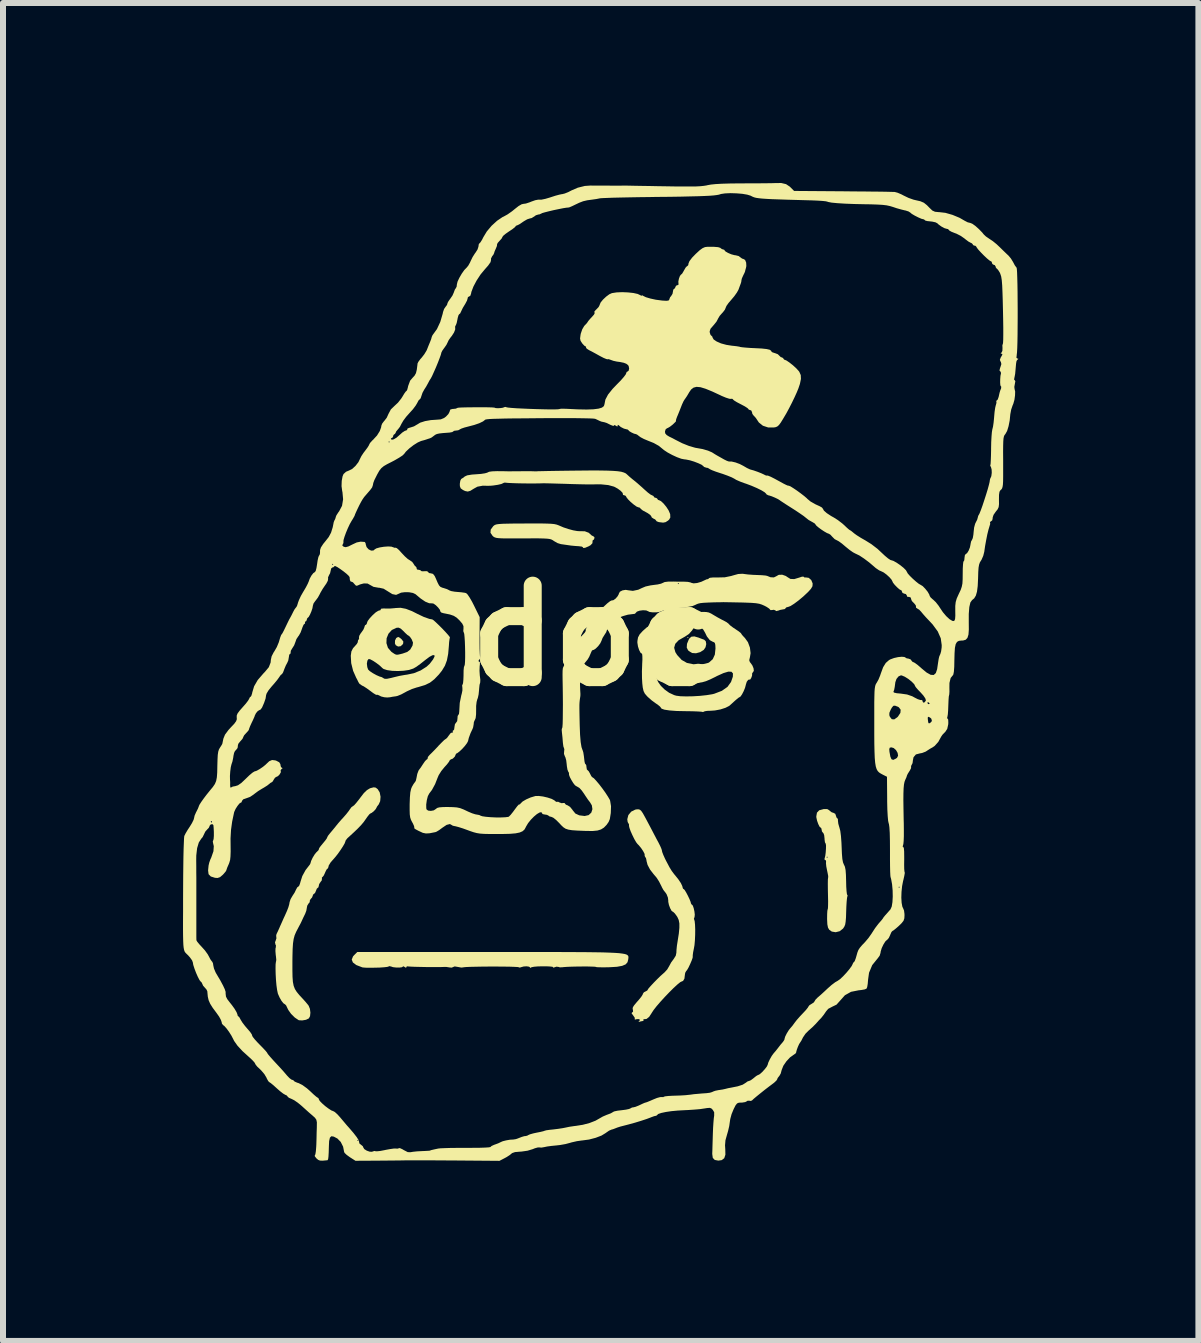
<source format=kicad_pcb>
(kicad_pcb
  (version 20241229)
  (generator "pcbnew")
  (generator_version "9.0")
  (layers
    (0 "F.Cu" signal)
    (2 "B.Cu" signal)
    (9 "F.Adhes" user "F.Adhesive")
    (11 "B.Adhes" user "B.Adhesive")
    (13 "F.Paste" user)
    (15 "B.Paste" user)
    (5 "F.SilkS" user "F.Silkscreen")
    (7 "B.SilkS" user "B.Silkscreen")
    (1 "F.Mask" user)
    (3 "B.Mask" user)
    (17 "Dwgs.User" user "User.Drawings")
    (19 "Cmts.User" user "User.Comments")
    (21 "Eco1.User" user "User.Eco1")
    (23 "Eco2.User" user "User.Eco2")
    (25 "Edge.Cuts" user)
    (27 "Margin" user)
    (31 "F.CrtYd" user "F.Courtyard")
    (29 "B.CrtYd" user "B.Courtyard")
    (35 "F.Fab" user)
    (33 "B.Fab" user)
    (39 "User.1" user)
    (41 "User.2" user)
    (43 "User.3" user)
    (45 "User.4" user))
  (footprint "doc"
    (layer "F.Cu")
    (at 6.844 7.545)
    (property "Reference" "doc" (at 0 0 0) (layer "F.SilkS") (effects (font (size 1.524 1.524) (thickness 0.3))))
    (attr board_only exclude_from_pos_files exclude_from_bom)
    (fp_poly (pts (xy 1.58 0.03) (xy 1.57 0.04) (xy 1.56 0.03) (xy 1.57 0.02)) (stroke (width 0) (type solid)) (fill yes) (layer "F.SilkS"))
    (fp_poly (pts (xy -3.232 0.033) (xy -3.2 0.06) (xy -3.172 0.097) (xy -3.176 0.132) (xy -3.18 0.14) (xy -3.216 0.174) (xy -3.26 0.18) (xy -3.298 0.158) (xy -3.312 0.13) (xy -3.311 0.08) (xy -3.291 0.038) (xy -3.259 0.02) (xy -3.258 0.02)) (stroke (width 0) (type solid)) (fill yes) (layer "F.SilkS"))
    (fp_poly (pts (xy 1.748 0.031) (xy 1.77 0.04) (xy 1.818 0.058) (xy 1.841 0.066) (xy 1.868 0.092) (xy 1.876 0.139) (xy 1.864 0.192) (xy 1.834 0.236) (xy 1.775 0.273) (xy 1.705 0.292) (xy 1.644 0.288) (xy 1.64 0.287) (xy 1.601 0.264) (xy 1.574 0.244) (xy 1.551 0.198) (xy 1.555 0.135) (xy 1.585 0.062) (xy 1.595 0.045) (xy 1.628 0.016) (xy 1.677 0.011)) (stroke (width 0) (type solid)) (fill yes) (layer "F.SilkS"))
    (fp_poly (pts (xy -0.866 -1.871) (xy -0.774 -1.869) (xy -0.707 -1.866) (xy -0.657 -1.861) (xy -0.62 -1.853) (xy -0.591 -1.843) (xy -0.572 -1.835) (xy -0.504 -1.806) (xy -0.423 -1.779) (xy -0.342 -1.757) (xy -0.275 -1.745) (xy -0.245 -1.743) (xy -0.148 -1.741) (xy -0.082 -1.716) (xy -0.065 -1.7) (xy -0.032 -1.67) (xy -0.009 -1.66) (xy 0.011 -1.644) (xy 0.013 -1.63) (xy 0.004 -1.603) (xy -0.003 -1.6) (xy -0.018 -1.587) (xy -0.018 -1.585) (xy -0.021 -1.542) (xy -0.052 -1.509) (xy -0.083 -1.491) (xy -0.142 -1.466) (xy -0.173 -1.462) (xy -0.18 -1.475) (xy -0.198 -1.486) (xy -0.24 -1.491) (xy -0.245 -1.492) (xy -0.307 -1.496) (xy -0.381 -1.503) (xy -0.4 -1.506) (xy -0.47 -1.516) (xy -0.533 -1.525) (xy -0.547 -1.527) (xy -0.602 -1.544) (xy -0.66 -1.577) (xy -0.664 -1.58) (xy -0.685 -1.594) (xy -0.707 -1.605) (xy -0.736 -1.613) (xy -0.778 -1.618) (xy -0.837 -1.621) (xy -0.92 -1.623) (xy -1.032 -1.623) (xy -1.178 -1.622) (xy -1.181 -1.622) (xy -1.328 -1.622) (xy -1.44 -1.622) (xy -1.523 -1.623) (xy -1.581 -1.626) (xy -1.621 -1.631) (xy -1.648 -1.639) (xy -1.667 -1.649) (xy -1.683 -1.663) (xy -1.685 -1.665) (xy -1.72 -1.716) (xy -1.716 -1.769) (xy -1.674 -1.826) (xy -1.659 -1.839) (xy -1.641 -1.849) (xy -1.615 -1.857) (xy -1.575 -1.862) (xy -1.516 -1.866) (xy -1.434 -1.868) (xy -1.323 -1.87) (xy -1.178 -1.87) (xy -1.141 -1.871) (xy -0.986 -1.871)) (stroke (width 0) (type solid)) (fill yes) (layer "F.SilkS"))
    (fp_poly (pts (xy 3.926 2.908) (xy 3.931 2.915) (xy 3.968 2.943) (xy 3.993 2.95) (xy 4.026 2.967) (xy 4.036 2.995) (xy 4.047 3.03) (xy 4.059 3.04) (xy 4.07 3.057) (xy 4.071 3.085) (xy 4.077 3.134) (xy 4.094 3.193) (xy 4.096 3.199) (xy 4.11 3.253) (xy 4.121 3.338) (xy 4.129 3.447) (xy 4.132 3.517) (xy 4.137 3.635) (xy 4.144 3.72) (xy 4.155 3.777) (xy 4.17 3.814) (xy 4.171 3.815) (xy 4.187 3.85) (xy 4.198 3.905) (xy 4.204 3.985) (xy 4.207 4.092) (xy 4.209 4.182) (xy 4.214 4.255) (xy 4.22 4.304) (xy 4.226 4.32) (xy 4.233 4.333) (xy 4.228 4.342) (xy 4.222 4.37) (xy 4.216 4.43) (xy 4.211 4.511) (xy 4.208 4.593) (xy 4.205 4.695) (xy 4.199 4.766) (xy 4.191 4.814) (xy 4.177 4.848) (xy 4.157 4.878) (xy 4.156 4.88) (xy 4.1 4.924) (xy 4.033 4.941) (xy 3.968 4.93) (xy 3.925 4.899) (xy 3.905 4.864) (xy 3.894 4.809) (xy 3.89 4.725) (xy 3.89 4.709) (xy 3.891 4.638) (xy 3.894 4.585) (xy 3.899 4.561) (xy 3.9 4.56) (xy 3.904 4.542) (xy 3.906 4.492) (xy 3.907 4.421) (xy 3.906 4.385) (xy 3.903 4.24) (xy 3.902 4.134) (xy 3.903 4.064) (xy 3.907 4.03) (xy 3.908 4.025) (xy 3.908 4.004) (xy 3.899 3.956) (xy 3.889 3.908) (xy 3.876 3.842) (xy 3.871 3.789) (xy 3.873 3.768) (xy 3.871 3.744) (xy 3.86 3.74) (xy 3.845 3.726) (xy 3.85 3.705) (xy 3.854 3.69) (xy 3.88 3.69) (xy 3.89 3.7) (xy 3.9 3.69) (xy 3.89 3.68) (xy 3.88 3.69) (xy 3.854 3.69) (xy 3.86 3.666) (xy 3.867 3.609) (xy 3.871 3.549) (xy 3.872 3.496) (xy 3.867 3.464) (xy 3.863 3.46) (xy 3.854 3.442) (xy 3.848 3.397) (xy 3.847 3.376) (xy 3.841 3.322) (xy 3.828 3.289) (xy 3.822 3.284) (xy 3.804 3.261) (xy 3.8 3.238) (xy 3.793 3.207) (xy 3.785 3.2) (xy 3.765 3.183) (xy 3.743 3.139) (xy 3.723 3.083) (xy 3.711 3.028) (xy 3.71 3.01) (xy 3.721 2.948) (xy 3.758 2.909) (xy 3.828 2.89) (xy 3.832 2.889) (xy 3.891 2.888)) (stroke (width 0) (type solid)) (fill yes) (layer "F.SilkS"))
    (fp_poly (pts (xy -1.745 5.27) (xy -1.39 5.27) (xy -1.073 5.27) (xy -0.792 5.271) (xy -0.545 5.271) (xy -0.329 5.272) (xy -0.143 5.273) (xy 0.016 5.275) (xy 0.15 5.277) (xy 0.262 5.281) (xy 0.352 5.285) (xy 0.423 5.29) (xy 0.478 5.297) (xy 0.519 5.304) (xy 0.547 5.313) (xy 0.565 5.324) (xy 0.575 5.336) (xy 0.579 5.35) (xy 0.579 5.365) (xy 0.577 5.383) (xy 0.576 5.392) (xy 0.564 5.441) (xy 0.532 5.477) (xy 0.475 5.501) (xy 0.388 5.517) (xy 0.268 5.524) (xy 0.242 5.525) (xy 0.158 5.526) (xy 0.09 5.525) (xy 0.049 5.523) (xy 0.04 5.52) (xy 0.021 5.516) (xy -0.028 5.514) (xy -0.101 5.512) (xy -0.187 5.512) (xy -0.279 5.513) (xy -0.368 5.515) (xy -0.444 5.518) (xy -0.5 5.522) (xy -0.525 5.525) (xy -0.566 5.526) (xy -0.581 5.52) (xy -0.62 5.515) (xy -0.646 5.523) (xy -0.672 5.533) (xy -0.674 5.526) (xy -0.686 5.517) (xy -0.728 5.512) (xy -0.789 5.509) (xy -0.861 5.509) (xy -0.932 5.511) (xy -0.993 5.516) (xy -1.034 5.524) (xy -1.045 5.529) (xy -1.058 5.538) (xy -1.06 5.528) (xy -1.077 5.515) (xy -1.118 5.509) (xy -1.167 5.512) (xy -1.208 5.523) (xy -1.214 5.526) (xy -1.24 5.53) (xy -1.247 5.525) (xy -1.268 5.521) (xy -1.323 5.518) (xy -1.404 5.515) (xy -1.504 5.514) (xy -1.617 5.513) (xy -1.735 5.513) (xy -1.852 5.514) (xy -1.961 5.516) (xy -2.054 5.518) (xy -2.125 5.521) (xy -2.168 5.525) (xy -2.176 5.527) (xy -2.206 5.53) (xy -2.255 5.521) (xy -2.261 5.52) (xy -2.316 5.511) (xy -2.34 5.52) (xy -2.366 5.531) (xy -2.401 5.528) (xy -2.451 5.52) (xy -2.48 5.519) (xy -2.534 5.521) (xy -2.612 5.522) (xy -2.704 5.522) (xy -2.803 5.521) (xy -2.9 5.519) (xy -2.987 5.517) (xy -3.054 5.514) (xy -3.094 5.511) (xy -3.101 5.509) (xy -3.118 5.513) (xy -3.12 5.521) (xy -3.128 5.534) (xy -3.15 5.52) (xy -3.174 5.508) (xy -3.18 5.514) (xy -3.197 5.525) (xy -3.24 5.53) (xy -3.294 5.529) (xy -3.345 5.523) (xy -3.377 5.512) (xy -3.408 5.506) (xy -3.417 5.512) (xy -3.441 5.519) (xy -3.494 5.525) (xy -3.567 5.53) (xy -3.649 5.532) (xy -3.731 5.533) (xy -3.801 5.532) (xy -3.849 5.528) (xy -3.86 5.525) (xy -3.956 5.488) (xy -4.013 5.445) (xy -4.032 5.397) (xy -4.011 5.344) (xy -3.992 5.323) (xy -3.939 5.27)) (stroke (width 0) (type solid)) (fill yes) (layer "F.SilkS"))
    (fp_poly (pts (xy 0.216 -2.752) (xy 0.32 -2.748) (xy 0.4 -2.742) (xy 0.46 -2.733) (xy 0.504 -2.72) (xy 0.536 -2.705) (xy 0.559 -2.685) (xy 0.561 -2.683) (xy 0.596 -2.651) (xy 0.647 -2.608) (xy 0.67 -2.59) (xy 0.727 -2.543) (xy 0.795 -2.483) (xy 0.848 -2.435) (xy 0.902 -2.387) (xy 0.947 -2.353) (xy 0.974 -2.34) (xy 0.974 -2.34) (xy 0.998 -2.328) (xy 1 -2.32) (xy 1.016 -2.302) (xy 1.03 -2.3) (xy 1.057 -2.289) (xy 1.06 -2.28) (xy 1.076 -2.262) (xy 1.087 -2.26) (xy 1.121 -2.244) (xy 1.165 -2.203) (xy 1.211 -2.147) (xy 1.249 -2.088) (xy 1.272 -2.034) (xy 1.275 -2.024) (xy 1.277 -1.97) (xy 1.257 -1.935) (xy 1.238 -1.918) (xy 1.198 -1.893) (xy 1.157 -1.885) (xy 1.099 -1.892) (xy 1.085 -1.894) (xy 1.05 -1.907) (xy 1.04 -1.92) (xy 1.024 -1.939) (xy 1 -1.95) (xy 0.968 -1.971) (xy 0.96 -1.99) (xy 0.943 -2.013) (xy 0.901 -2.043) (xy 0.87 -2.06) (xy 0.818 -2.088) (xy 0.786 -2.113) (xy 0.78 -2.122) (xy 0.763 -2.137) (xy 0.745 -2.14) (xy 0.714 -2.153) (xy 0.668 -2.186) (xy 0.617 -2.229) (xy 0.573 -2.273) (xy 0.545 -2.309) (xy 0.54 -2.322) (xy 0.524 -2.338) (xy 0.509 -2.34) (xy 0.487 -2.348) (xy 0.488 -2.357) (xy 0.482 -2.381) (xy 0.449 -2.416) (xy 0.4 -2.452) (xy 0.341 -2.484) (xy 0.335 -2.486) (xy 0.243 -2.511) (xy 0.124 -2.523) (xy 0.055 -2.524) (xy -0.016 -2.522) (xy -0.084 -2.522) (xy -0.16 -2.523) (xy -0.252 -2.525) (xy -0.369 -2.528) (xy -0.48 -2.532) (xy -0.593 -2.535) (xy -0.692 -2.538) (xy -0.772 -2.54) (xy -0.824 -2.541) (xy -0.84 -2.541) (xy -0.904 -2.539) (xy -0.989 -2.538) (xy -1.086 -2.538) (xy -1.186 -2.539) (xy -1.282 -2.541) (xy -1.366 -2.544) (xy -1.427 -2.547) (xy -1.459 -2.55) (xy -1.462 -2.551) (xy -1.493 -2.551) (xy -1.506 -2.544) (xy -1.539 -2.529) (xy -1.595 -2.516) (xy -1.62 -2.512) (xy -1.674 -2.504) (xy -1.716 -2.5) (xy -1.762 -2.499) (xy -1.827 -2.5) (xy -1.847 -2.501) (xy -1.938 -2.484) (xy -1.998 -2.451) (xy -2.056 -2.415) (xy -2.099 -2.403) (xy -2.143 -2.412) (xy -2.178 -2.429) (xy -2.216 -2.456) (xy -2.23 -2.493) (xy -2.231 -2.532) (xy -2.223 -2.583) (xy -2.208 -2.613) (xy -2.204 -2.615) (xy -2.17 -2.636) (xy -2.149 -2.654) (xy -2.108 -2.673) (xy -2.029 -2.686) (xy -1.957 -2.691) (xy -1.878 -2.697) (xy -1.813 -2.707) (xy -1.773 -2.718) (xy -1.769 -2.721) (xy -1.742 -2.733) (xy -1.691 -2.74) (xy -1.612 -2.743) (xy -1.499 -2.742) (xy -1.46 -2.741) (xy -1.409 -2.74) (xy -1.331 -2.741) (xy -1.24 -2.741) (xy -1.2 -2.742) (xy -1.115 -2.742) (xy -1.046 -2.742) (xy -1.001 -2.741) (xy -0.99 -2.74) (xy -0.952 -2.74) (xy -0.95 -2.74) (xy -0.926 -2.742) (xy -0.867 -2.743) (xy -0.777 -2.745) (xy -0.662 -2.747) (xy -0.527 -2.749) (xy -0.376 -2.751) (xy -0.28 -2.752) (xy -0.08 -2.754) (xy 0.084 -2.754)) (stroke (width 0) (type solid)) (fill yes) (layer "F.SilkS"))
    (fp_poly (pts (xy -3.13 -0.449) (xy -3.028 -0.41) (xy -2.937 -0.364) (xy -2.832 -0.314) (xy -2.739 -0.281) (xy -2.69 -0.272) (xy -2.668 -0.258) (xy -2.628 -0.222) (xy -2.577 -0.173) (xy -2.521 -0.117) (xy -2.469 -0.062) (xy -2.426 -0.014) (xy -2.4 0.019) (xy -2.396 0.03) (xy -2.402 0.053) (xy -2.409 0.105) (xy -2.413 0.165) (xy -2.425 0.302) (xy -2.446 0.41) (xy -2.479 0.499) (xy -2.529 0.582) (xy -2.58 0.646) (xy -2.656 0.725) (xy -2.729 0.782) (xy -2.813 0.822) (xy -2.922 0.855) (xy -2.95 0.862) (xy -3.029 0.888) (xy -3.112 0.926) (xy -3.143 0.943) (xy -3.208 0.978) (xy -3.27 1.003) (xy -3.297 1.009) (xy -3.354 1.017) (xy -3.394 1.025) (xy -3.44 1.029) (xy -3.49 1.025) (xy -3.542 1.012) (xy -3.575 0.995) (xy -3.603 0.983) (xy -3.613 0.986) (xy -3.633 0.981) (xy -3.675 0.955) (xy -3.722 0.92) (xy -3.781 0.877) (xy -3.833 0.843) (xy -3.861 0.83) (xy -3.902 0.802) (xy -3.921 0.773) (xy -3.944 0.725) (xy -3.958 0.7) (xy -4.009 0.585) (xy -4.039 0.465) (xy -3.78 0.465) (xy -3.773 0.523) (xy -3.759 0.563) (xy -3.731 0.59) (xy -3.68 0.624) (xy -3.62 0.657) (xy -3.565 0.681) (xy -3.537 0.688) (xy -3.511 0.702) (xy -3.508 0.705) (xy -3.484 0.717) (xy -3.442 0.717) (xy -3.375 0.703) (xy -3.32 0.689) (xy -3.236 0.669) (xy -3.147 0.653) (xy -3.11 0.648) (xy -2.996 0.624) (xy -2.883 0.578) (xy -2.785 0.516) (xy -2.732 0.467) (xy -2.677 0.395) (xy -2.652 0.346) (xy -2.656 0.322) (xy -2.687 0.325) (xy -2.741 0.354) (xy -2.817 0.412) (xy -2.823 0.417) (xy -2.89 0.47) (xy -2.956 0.518) (xy -3.007 0.547) (xy -3.077 0.57) (xy -3.165 0.583) (xy -3.263 0.588) (xy -3.358 0.585) (xy -3.441 0.573) (xy -3.501 0.554) (xy -3.52 0.54) (xy -3.564 0.498) (xy -3.619 0.456) (xy -3.676 0.418) (xy -3.723 0.393) (xy -3.75 0.387) (xy -3.771 0.414) (xy -3.78 0.465) (xy -4.039 0.465) (xy -4.041 0.457) (xy -4.048 0.334) (xy -4.048 0.332) (xy -4.038 0.261) (xy -4.011 0.208) (xy -3.981 0.175) (xy -3.946 0.135) (xy -3.94 0.123) (xy -3.454 0.123) (xy -3.429 0.201) (xy -3.373 0.266) (xy -3.361 0.275) (xy -3.321 0.302) (xy -3.294 0.315) (xy -3.265 0.316) (xy -3.22 0.306) (xy -3.184 0.297) (xy -3.107 0.27) (xy -3.057 0.23) (xy -3.021 0.167) (xy -3.019 0.163) (xy -3.011 0.115) (xy -3.032 0.062) (xy -3.034 0.058) (xy -3.061 0.019) (xy -3.082 0.000223) (xy -3.083 0) (xy -3.104 -0.013) (xy -3.141 -0.047) (xy -3.166 -0.073) (xy -3.214 -0.118) (xy -3.251 -0.135) (xy -3.284 -0.133) (xy -3.364 -0.096) (xy -3.42 -0.034) (xy -3.451 0.042) (xy -3.454 0.123) (xy -3.94 0.123) (xy -3.93 0.105) (xy -3.931 0.099) (xy -3.927 0.075) (xy -3.921 0.071) (xy -3.909 0.044) (xy -3.912 0.032) (xy -3.907 0.001) (xy -3.881 -0.043) (xy -3.871 -0.055) (xy -3.838 -0.102) (xy -3.821 -0.142) (xy -3.82 -0.148) (xy -3.81 -0.176) (xy -3.8 -0.18) (xy -3.782 -0.196) (xy -3.78 -0.21) (xy -3.766 -0.246) (xy -3.73 -0.294) (xy -3.682 -0.345) (xy -3.632 -0.39) (xy -3.59 -0.416) (xy -3.576 -0.42) (xy -3.55 -0.428) (xy -3.55 -0.44) (xy -3.541 -0.451) (xy -3.498 -0.455) (xy -3.476 -0.454) (xy -3.398 -0.453) (xy -3.315 -0.46) (xy -3.3 -0.462) (xy -3.218 -0.466)) (stroke (width 0) (type solid)) (fill yes) (layer "F.SilkS"))
    (fp_poly (pts (xy 0.749 2.893) (xy 0.771 2.9) (xy 0.794 2.921) (xy 0.82 2.959) (xy 0.855 3.022) (xy 0.902 3.11) (xy 0.954 3.208) (xy 1.005 3.306) (xy 1.05 3.392) (xy 1.079 3.445) (xy 1.11 3.507) (xy 1.13 3.554) (xy 1.136 3.575) (xy 1.142 3.604) (xy 1.161 3.654) (xy 1.188 3.714) (xy 1.206 3.75) (xy 1.23 3.795) (xy 1.26 3.852) (xy 1.263 3.858) (xy 1.301 3.92) (xy 1.343 3.976) (xy 1.345 3.978) (xy 1.407 4.054) (xy 1.453 4.122) (xy 1.477 4.173) (xy 1.48 4.188) (xy 1.489 4.216) (xy 1.498 4.22) (xy 1.515 4.236) (xy 1.541 4.278) (xy 1.57 4.333) (xy 1.597 4.39) (xy 1.616 4.437) (xy 1.62 4.457) (xy 1.631 4.479) (xy 1.637 4.48) (xy 1.652 4.498) (xy 1.667 4.541) (xy 1.679 4.596) (xy 1.685 4.649) (xy 1.681 4.686) (xy 1.679 4.692) (xy 1.67 4.719) (xy 1.674 4.727) (xy 1.683 4.757) (xy 1.689 4.816) (xy 1.692 4.896) (xy 1.691 4.985) (xy 1.687 5.075) (xy 1.68 5.156) (xy 1.67 5.212) (xy 1.657 5.277) (xy 1.651 5.324) (xy 1.651 5.342) (xy 1.649 5.367) (xy 1.632 5.415) (xy 1.607 5.473) (xy 1.58 5.53) (xy 1.555 5.573) (xy 1.541 5.589) (xy 1.525 5.618) (xy 1.52 5.65) (xy 1.512 5.715) (xy 1.489 5.753) (xy 1.47 5.76) (xy 1.442 5.774) (xy 1.394 5.813) (xy 1.331 5.871) (xy 1.26 5.942) (xy 1.185 6.02) (xy 1.113 6.099) (xy 1.049 6.173) (xy 0.999 6.237) (xy 0.968 6.284) (xy 0.968 6.285) (xy 0.924 6.352) (xy 0.879 6.387) (xy 0.844 6.39) (xy 0.827 6.392) (xy 0.83 6.4) (xy 0.829 6.419) (xy 0.823 6.42) (xy 0.788 6.426) (xy 0.767 6.432) (xy 0.744 6.437) (xy 0.756 6.425) (xy 0.757 6.424) (xy 0.771 6.403) (xy 0.756 6.389) (xy 0.72 6.389) (xy 0.707 6.393) (xy 0.684 6.397) (xy 0.685 6.39) (xy 0.684 6.365) (xy 0.659 6.329) (xy 0.657 6.326) (xy 0.632 6.293) (xy 0.637 6.28) (xy 0.639 6.28) (xy 0.656 6.265) (xy 0.654 6.238) (xy 0.649 6.213) (xy 0.654 6.19) (xy 0.674 6.159) (xy 0.711 6.114) (xy 0.755 6.064) (xy 0.793 6.017) (xy 0.817 5.979) (xy 0.82 5.967) (xy 0.837 5.942) (xy 0.86 5.93) (xy 0.892 5.913) (xy 0.9 5.9) (xy 0.913 5.879) (xy 0.949 5.838) (xy 0.999 5.784) (xy 1.056 5.726) (xy 1.113 5.67) (xy 1.164 5.625) (xy 1.181 5.61) (xy 1.225 5.562) (xy 1.258 5.506) (xy 1.292 5.443) (xy 1.332 5.389) (xy 1.368 5.332) (xy 1.378 5.284) (xy 1.38 5.237) (xy 1.387 5.166) (xy 1.399 5.09) (xy 1.419 4.963) (xy 1.428 4.867) (xy 1.428 4.794) (xy 1.417 4.737) (xy 1.395 4.688) (xy 1.387 4.676) (xy 1.354 4.63) (xy 1.326 4.603) (xy 1.319 4.6) (xy 1.297 4.583) (xy 1.274 4.54) (xy 1.254 4.486) (xy 1.243 4.434) (xy 1.243 4.413) (xy 1.237 4.364) (xy 1.215 4.308) (xy 1.186 4.266) (xy 1.179 4.26) (xy 1.162 4.237) (xy 1.137 4.192) (xy 1.132 4.18) (xy 1.09 4.097) (xy 1.05 4.034) (xy 1.001 3.976) (xy 0.995 3.969) (xy 0.939 3.896) (xy 0.898 3.819) (xy 0.88 3.751) (xy 0.88 3.743) (xy 0.871 3.704) (xy 0.86 3.69) (xy 0.848 3.665) (xy 0.851 3.658) (xy 0.847 3.633) (xy 0.824 3.589) (xy 0.79 3.538) (xy 0.752 3.492) (xy 0.73 3.47) (xy 0.707 3.44) (xy 0.677 3.388) (xy 0.645 3.323) (xy 0.616 3.258) (xy 0.596 3.202) (xy 0.588 3.167) (xy 0.589 3.162) (xy 0.587 3.136) (xy 0.58 3.13) (xy 0.566 3.103) (xy 0.56 3.058) (xy 0.578 2.988) (xy 0.626 2.931) (xy 0.692 2.898) (xy 0.72 2.893)) (stroke (width 0) (type solid)) (fill yes) (layer "F.SilkS"))
    (fp_poly (pts (xy -3.633 2.531) (xy -3.599 2.557) (xy -3.566 2.611) (xy -3.552 2.683) (xy -3.558 2.756) (xy -3.584 2.814) (xy -3.587 2.816) (xy -3.612 2.849) (xy -3.62 2.867) (xy -3.634 2.891) (xy -3.665 2.925) (xy -3.7 2.952) (xy -3.718 2.96) (xy -3.738 2.975) (xy -3.77 3.015) (xy -3.798 3.055) (xy -3.834 3.106) (xy -3.88 3.16) (xy -3.941 3.223) (xy -4.024 3.301) (xy -4.105 3.375) (xy -4.133 3.411) (xy -4.14 3.433) (xy -4.151 3.462) (xy -4.18 3.512) (xy -4.22 3.573) (xy -4.263 3.634) (xy -4.304 3.686) (xy -4.319 3.703) (xy -4.383 3.776) (xy -4.416 3.83) (xy -4.42 3.85) (xy -4.429 3.877) (xy -4.436 3.88) (xy -4.452 3.897) (xy -4.473 3.939) (xy -4.477 3.95) (xy -4.498 3.995) (xy -4.517 4.019) (xy -4.521 4.02) (xy -4.531 4.034) (xy -4.528 4.047) (xy -4.533 4.08) (xy -4.549 4.099) (xy -4.575 4.139) (xy -4.58 4.162) (xy -4.588 4.194) (xy -4.598 4.2) (xy -4.615 4.217) (xy -4.628 4.25) (xy -4.644 4.287) (xy -4.66 4.3) (xy -4.678 4.316) (xy -4.68 4.328) (xy -4.694 4.363) (xy -4.71 4.38) (xy -4.73 4.407) (xy -4.73 4.42) (xy -4.735 4.444) (xy -4.75 4.46) (xy -4.774 4.499) (xy -4.78 4.531) (xy -4.789 4.582) (xy -4.808 4.633) (xy -4.837 4.692) (xy -4.859 4.74) (xy -4.882 4.789) (xy -4.915 4.851) (xy -4.925 4.87) (xy -4.958 4.933) (xy -4.983 4.991) (xy -5 5.053) (xy -5.011 5.127) (xy -5.017 5.22) (xy -5.02 5.34) (xy -5.021 5.43) (xy -5.021 5.573) (xy -5.019 5.684) (xy -5.013 5.768) (xy -5 5.834) (xy -4.979 5.888) (xy -4.948 5.937) (xy -4.905 5.989) (xy -4.855 6.043) (xy -4.806 6.097) (xy -4.765 6.146) (xy -4.75 6.166) (xy -4.729 6.218) (xy -4.721 6.281) (xy -4.727 6.34) (xy -4.747 6.377) (xy -4.794 6.4) (xy -4.857 6.411) (xy -4.911 6.408) (xy -4.92 6.404) (xy -4.981 6.363) (xy -5.042 6.303) (xy -5.089 6.237) (xy -5.104 6.207) (xy -5.125 6.162) (xy -5.146 6.14) (xy -5.149 6.14) (xy -5.173 6.123) (xy -5.205 6.081) (xy -5.236 6.026) (xy -5.261 5.969) (xy -5.264 5.96) (xy -5.276 5.903) (xy -5.287 5.824) (xy -5.295 5.732) (xy -5.3 5.636) (xy -5.302 5.547) (xy -5.301 5.475) (xy -5.295 5.43) (xy -5.292 5.423) (xy -5.29 5.397) (xy -5.295 5.346) (xy -5.299 5.316) (xy -5.304 5.255) (xy -5.302 5.208) (xy -5.298 5.197) (xy -5.295 5.161) (xy -5.303 5.147) (xy -5.311 5.109) (xy -5.3 5.081) (xy -5.287 5.041) (xy -5.29 5.02) (xy -5.291 4.989) (xy -5.283 4.966) (xy -5.263 4.925) (xy -5.237 4.867) (xy -5.23 4.85) (xy -5.2 4.783) (xy -5.165 4.704) (xy -5.149 4.67) (xy -5.111 4.585) (xy -5.088 4.525) (xy -5.074 4.476) (xy -5.068 4.441) (xy -5.052 4.391) (xy -5.021 4.337) (xy -5.021 4.337) (xy -4.985 4.282) (xy -4.96 4.23) (xy -4.94 4.193) (xy -4.921 4.18) (xy -4.906 4.162) (xy -4.891 4.119) (xy -4.888 4.105) (xy -4.856 4.005) (xy -4.802 3.906) (xy -4.758 3.849) (xy -4.73 3.813) (xy -4.72 3.792) (xy -4.709 3.753) (xy -4.683 3.698) (xy -4.65 3.644) (xy -4.62 3.607) (xy -4.616 3.604) (xy -4.587 3.575) (xy -4.58 3.559) (xy -4.577 3.546) (xy -4.565 3.525) (xy -4.538 3.491) (xy -4.492 3.435) (xy -4.475 3.415) (xy -4.449 3.379) (xy -4.44 3.358) (xy -4.428 3.334) (xy -4.398 3.296) (xy -4.395 3.292) (xy -4.352 3.241) (xy -4.305 3.184) (xy -4.3 3.177) (xy -4.256 3.123) (xy -4.201 3.06) (xy -4.174 3.031) (xy -4.124 2.974) (xy -4.081 2.919) (xy -4.065 2.895) (xy -4.036 2.856) (xy -4.011 2.839) (xy -4.011 2.839) (xy -3.99 2.823) (xy -3.954 2.782) (xy -3.908 2.724) (xy -3.891 2.701) (xy -3.83 2.622) (xy -3.779 2.573) (xy -3.731 2.544) (xy -3.718 2.539) (xy -3.666 2.526)) (stroke (width 0) (type solid)) (fill yes) (layer "F.SilkS"))
    (fp_poly (pts (xy 1.873 -0.396) (xy 1.917 -0.388) (xy 1.957 -0.37) (xy 1.997 -0.346) (xy 2.067 -0.305) (xy 2.137 -0.267) (xy 2.164 -0.254) (xy 2.215 -0.226) (xy 2.25 -0.199) (xy 2.254 -0.193) (xy 2.279 -0.169) (xy 2.326 -0.134) (xy 2.364 -0.109) (xy 2.416 -0.074) (xy 2.451 -0.046) (xy 2.459 -0.035) (xy 2.473 -0.013) (xy 2.506 0.023) (xy 2.52 0.037) (xy 2.571 0.108) (xy 2.604 0.198) (xy 2.615 0.29) (xy 2.604 0.357) (xy 2.592 0.407) (xy 2.603 0.439) (xy 2.611 0.448) (xy 2.643 0.492) (xy 2.664 0.542) (xy 2.669 0.583) (xy 2.66 0.6) (xy 2.641 0.625) (xy 2.641 0.632) (xy 2.639 0.667) (xy 2.625 0.704) (xy 2.609 0.729) (xy 2.6 0.73) (xy 2.576 0.734) (xy 2.551 0.767) (xy 2.535 0.818) (xy 2.535 0.82) (xy 2.522 0.869) (xy 2.499 0.925) (xy 2.472 0.977) (xy 2.448 1.012) (xy 2.437 1.02) (xy 2.414 1.033) (xy 2.375 1.065) (xy 2.352 1.085) (xy 2.305 1.128) (xy 2.267 1.162) (xy 2.257 1.17) (xy 2.196 1.201) (xy 2.112 1.228) (xy 2.021 1.245) (xy 1.95 1.25) (xy 1.89 1.252) (xy 1.849 1.259) (xy 1.839 1.264) (xy 1.82 1.272) (xy 1.817 1.27) (xy 1.794 1.266) (xy 1.738 1.262) (xy 1.659 1.259) (xy 1.562 1.257) (xy 1.538 1.257) (xy 1.384 1.254) (xy 1.264 1.245) (xy 1.179 1.232) (xy 1.131 1.215) (xy 1.12 1.199) (xy 1.104 1.179) (xy 1.065 1.147) (xy 1.036 1.128) (xy 0.969 1.079) (xy 0.904 1.022) (xy 0.888 1.006) (xy 0.852 0.964) (xy 0.831 0.921) (xy 0.818 0.864) (xy 0.81 0.794) (xy 0.805 0.707) (xy 1.049 0.707) (xy 1.073 0.769) (xy 1.119 0.834) (xy 1.182 0.896) (xy 1.257 0.95) (xy 1.341 0.989) (xy 1.375 0.999) (xy 1.443 1.008) (xy 1.54 1.011) (xy 1.652 1.009) (xy 1.77 1.002) (xy 1.881 0.99) (xy 1.975 0.975) (xy 2.008 0.967) (xy 2.136 0.918) (xy 2.23 0.852) (xy 2.289 0.77) (xy 2.291 0.764) (xy 2.319 0.683) (xy 2.321 0.628) (xy 2.296 0.6) (xy 2.244 0.598) (xy 2.164 0.622) (xy 2.053 0.672) (xy 2.037 0.681) (xy 1.943 0.727) (xy 1.872 0.757) (xy 1.809 0.775) (xy 1.741 0.786) (xy 1.678 0.791) (xy 1.547 0.797) (xy 1.447 0.794) (xy 1.368 0.778) (xy 1.302 0.748) (xy 1.238 0.702) (xy 1.218 0.684) (xy 1.16 0.635) (xy 1.121 0.611) (xy 1.094 0.608) (xy 1.083 0.613) (xy 1.051 0.653) (xy 1.049 0.707) (xy 0.805 0.707) (xy 0.805 0.701) (xy 0.804 0.591) (xy 0.808 0.486) (xy 0.808 0.475) (xy 0.812 0.397) (xy 0.811 0.337) (xy 0.807 0.304) (xy 0.804 0.3) (xy 0.78 0.282) (xy 0.757 0.237) (xy 0.745 0.2) (xy 1.341 0.2) (xy 1.361 0.273) (xy 1.391 0.321) (xy 1.466 0.403) (xy 1.554 0.453) (xy 1.662 0.475) (xy 1.729 0.478) (xy 1.833 0.471) (xy 1.906 0.453) (xy 1.923 0.445) (xy 1.984 0.391) (xy 2.019 0.315) (xy 2.03 0.213) (xy 2.027 0.151) (xy 2.018 0.118) (xy 1.997 0.104) (xy 1.99 0.103) (xy 1.936 0.074) (xy 1.887 0.012) (xy 1.857 -0.05) (xy 1.826 -0.103) (xy 1.781 -0.145) (xy 1.733 -0.167) (xy 1.706 -0.166) (xy 1.68 -0.144) (xy 1.648 -0.102) (xy 1.639 -0.088) (xy 1.588 -0.03) (xy 1.519 0.016) (xy 1.513 0.019) (xy 1.417 0.074) (xy 1.36 0.134) (xy 1.341 0.2) (xy 0.745 0.2) (xy 0.738 0.177) (xy 0.728 0.114) (xy 0.729 0.086) (xy 1.021 0.086) (xy 1.033 0.107) (xy 1.061 0.12) (xy 1.079 0.106) (xy 1.08 0.1) (xy 1.084 0.069) (xy 1.085 0.067) (xy 1.073 0.054) (xy 1.055 0.049) (xy 1.026 0.058) (xy 1.021 0.086) (xy 0.729 0.086) (xy 0.729 0.086) (xy 0.739 0.028) (xy 0.766 -0.023) (xy 0.817 -0.079) (xy 0.883 -0.138) (xy 0.947 -0.176) (xy 1.022 -0.198) (xy 1.121 -0.209) (xy 1.143 -0.21) (xy 1.238 -0.221) (xy 1.315 -0.242) (xy 1.341 -0.254) (xy 1.399 -0.286) (xy 1.451 -0.315) (xy 1.453 -0.316) (xy 1.488 -0.34) (xy 1.5 -0.358) (xy 1.503 -0.368) (xy 1.517 -0.375) (xy 1.549 -0.381) (xy 1.605 -0.386) (xy 1.692 -0.391) (xy 1.727 -0.393) (xy 1.814 -0.397)) (stroke (width 0) (type solid)) (fill yes) (layer "F.SilkS"))
    (fp_poly (pts (xy 3.206 -7.526) (xy 3.269 -7.484) (xy 3.277 -7.476) (xy 3.34 -7.413) (xy 4.155 -7.407) (xy 4.333 -7.405) (xy 4.501 -7.404) (xy 4.653 -7.402) (xy 4.784 -7.401) (xy 4.891 -7.399) (xy 4.969 -7.397) (xy 5.013 -7.396) (xy 5.02 -7.395) (xy 5.065 -7.383) (xy 5.128 -7.356) (xy 5.17 -7.334) (xy 5.247 -7.297) (xy 5.329 -7.268) (xy 5.366 -7.259) (xy 5.445 -7.241) (xy 5.503 -7.216) (xy 5.554 -7.175) (xy 5.597 -7.131) (xy 5.644 -7.086) (xy 5.688 -7.066) (xy 5.748 -7.06) (xy 5.756 -7.06) (xy 5.861 -7.048) (xy 5.98 -7.014) (xy 6.098 -6.965) (xy 6.183 -6.916) (xy 6.233 -6.89) (xy 6.275 -6.88) (xy 6.31 -6.866) (xy 6.362 -6.829) (xy 6.42 -6.777) (xy 6.477 -6.718) (xy 6.5 -6.689) (xy 6.537 -6.654) (xy 6.591 -6.617) (xy 6.6 -6.611) (xy 6.651 -6.577) (xy 6.715 -6.525) (xy 6.77 -6.473) (xy 6.828 -6.416) (xy 6.881 -6.365) (xy 6.915 -6.333) (xy 6.954 -6.286) (xy 6.99 -6.227) (xy 6.993 -6.221) (xy 7.019 -6.172) (xy 7.043 -6.14) (xy 7.047 -6.136) (xy 7.052 -6.114) (xy 7.056 -6.057) (xy 7.059 -5.971) (xy 7.062 -5.862) (xy 7.064 -5.734) (xy 7.065 -5.594) (xy 7.066 -5.447) (xy 7.066 -5.298) (xy 7.065 -5.153) (xy 7.064 -5.018) (xy 7.062 -4.897) (xy 7.059 -4.797) (xy 7.055 -4.722) (xy 7.05 -4.679) (xy 7.05 -4.675) (xy 7.045 -4.633) (xy 7.061 -4.62) (xy 7.063 -4.62) (xy 7.078 -4.614) (xy 7.068 -4.605) (xy 7.054 -4.592) (xy 7.045 -4.571) (xy 7.039 -4.532) (xy 7.033 -4.465) (xy 7.03 -4.43) (xy 7.024 -4.364) (xy 7.014 -4.311) (xy 7.01 -4.295) (xy 7.007 -4.266) (xy 7.016 -4.26) (xy 7.027 -4.243) (xy 7.019 -4.197) (xy 7.01 -4.147) (xy 7.014 -4.114) (xy 7.014 -4.113) (xy 7.024 -4.071) (xy 7.022 -4.006) (xy 7.012 -3.932) (xy 6.993 -3.865) (xy 6.982 -3.84) (xy 6.958 -3.77) (xy 6.944 -3.696) (xy 6.943 -3.69) (xy 6.933 -3.588) (xy 6.914 -3.492) (xy 6.89 -3.413) (xy 6.862 -3.363) (xy 6.859 -3.359) (xy 6.846 -3.343) (xy 6.837 -3.322) (xy 6.83 -3.289) (xy 6.826 -3.238) (xy 6.824 -3.165) (xy 6.823 -3.063) (xy 6.824 -2.928) (xy 6.824 -2.916) (xy 6.824 -2.77) (xy 6.824 -2.659) (xy 6.823 -2.577) (xy 6.82 -2.519) (xy 6.814 -2.481) (xy 6.806 -2.456) (xy 6.795 -2.439) (xy 6.78 -2.427) (xy 6.763 -2.4) (xy 6.755 -2.349) (xy 6.754 -2.268) (xy 6.755 -2.193) (xy 6.749 -2.144) (xy 6.732 -2.107) (xy 6.7 -2.067) (xy 6.664 -2.015) (xy 6.649 -1.97) (xy 6.65 -1.962) (xy 6.642 -1.924) (xy 6.626 -1.911) (xy 6.605 -1.895) (xy 6.606 -1.887) (xy 6.608 -1.863) (xy 6.596 -1.823) (xy 6.58 -1.77) (xy 6.56 -1.69) (xy 6.541 -1.594) (xy 6.523 -1.495) (xy 6.51 -1.405) (xy 6.51 -1.402) (xy 6.492 -1.331) (xy 6.463 -1.265) (xy 6.455 -1.253) (xy 6.436 -1.222) (xy 6.423 -1.185) (xy 6.414 -1.134) (xy 6.409 -1.061) (xy 6.406 -0.956) (xy 6.406 -0.955) (xy 6.4 -0.829) (xy 6.388 -0.735) (xy 6.369 -0.669) (xy 6.341 -0.623) (xy 6.306 -0.594) (xy 6.278 -0.555) (xy 6.26 -0.478) (xy 6.251 -0.364) (xy 6.251 -0.22) (xy 6.252 -0.103) (xy 6.246 -0.02) (xy 6.229 0.035) (xy 6.201 0.066) (xy 6.158 0.079) (xy 6.13 0.08) (xy 6.086 0.085) (xy 6.055 0.103) (xy 6.033 0.14) (xy 6.02 0.202) (xy 6.014 0.293) (xy 6.011 0.406) (xy 6.009 0.517) (xy 6.003 0.598) (xy 5.994 0.645) (xy 5.988 0.656) (xy 5.949 0.704) (xy 5.929 0.787) (xy 5.928 0.866) (xy 5.929 0.93) (xy 5.926 0.976) (xy 5.923 0.991) (xy 5.918 1.014) (xy 5.914 1.067) (xy 5.911 1.14) (xy 5.91 1.166) (xy 5.907 1.245) (xy 5.902 1.311) (xy 5.895 1.351) (xy 5.893 1.356) (xy 5.89 1.377) (xy 5.898 1.38) (xy 5.908 1.398) (xy 5.91 1.446) (xy 5.909 1.474) (xy 5.892 1.552) (xy 5.858 1.604) (xy 5.852 1.609) (xy 5.814 1.648) (xy 5.792 1.68) (xy 5.743 1.769) (xy 5.683 1.836) (xy 5.648 1.86) (xy 5.605 1.884) (xy 5.581 1.9) (xy 5.58 1.9) (xy 5.533 1.931) (xy 5.473 1.954) (xy 5.435 1.961) (xy 5.37 1.978) (xy 5.33 2.025) (xy 5.32 2.076) (xy 5.314 2.123) (xy 5.3 2.15) (xy 5.288 2.174) (xy 5.291 2.182) (xy 5.288 2.209) (xy 5.266 2.251) (xy 5.261 2.258) (xy 5.234 2.301) (xy 5.22 2.331) (xy 5.22 2.333) (xy 5.211 2.361) (xy 5.191 2.405) (xy 5.18 2.435) (xy 5.171 2.48) (xy 5.165 2.543) (xy 5.162 2.629) (xy 5.161 2.741) (xy 5.163 2.884) (xy 5.166 3.061) (xy 5.168 3.13) (xy 5.169 3.241) (xy 5.169 3.34) (xy 5.166 3.419) (xy 5.161 3.471) (xy 5.157 3.485) (xy 5.149 3.515) (xy 5.159 3.52) (xy 5.169 3.539) (xy 5.174 3.595) (xy 5.175 3.684) (xy 5.175 3.73) (xy 5.174 3.816) (xy 5.175 3.885) (xy 5.179 3.929) (xy 5.183 3.94) (xy 5.184 3.958) (xy 5.176 4.004) (xy 5.161 4.071) (xy 5.157 4.085) (xy 5.14 4.172) (xy 5.13 4.269) (xy 5.127 4.365) (xy 5.132 4.45) (xy 5.144 4.515) (xy 5.159 4.547) (xy 5.172 4.579) (xy 5.179 4.633) (xy 5.18 4.658) (xy 5.177 4.71) (xy 5.163 4.751) (xy 5.131 4.791) (xy 5.087 4.834) (xy 5.037 4.878) (xy 4.997 4.91) (xy 4.979 4.92) (xy 4.963 4.937) (xy 4.944 4.979) (xy 4.941 4.988) (xy 4.918 5.037) (xy 4.893 5.066) (xy 4.89 5.067) (xy 4.861 5.094) (xy 4.829 5.145) (xy 4.8 5.206) (xy 4.783 5.263) (xy 4.78 5.286) (xy 4.766 5.332) (xy 4.732 5.378) (xy 4.73 5.38) (xy 4.642 5.489) (xy 4.589 5.616) (xy 4.573 5.731) (xy 4.567 5.801) (xy 4.558 5.855) (xy 4.547 5.881) (xy 4.516 5.894) (xy 4.46 5.904) (xy 4.414 5.909) (xy 4.289 5.934) (xy 4.187 5.991) (xy 4.106 6.082) (xy 4.047 6.148) (xy 3.982 6.179) (xy 3.908 6.218) (xy 3.873 6.26) (xy 3.834 6.317) (xy 3.794 6.367) (xy 3.75 6.413) (xy 3.702 6.467) (xy 3.698 6.471) (xy 3.644 6.525) (xy 3.585 6.577) (xy 3.582 6.58) (xy 3.53 6.632) (xy 3.488 6.694) (xy 3.485 6.7) (xy 3.461 6.748) (xy 3.442 6.777) (xy 3.44 6.78) (xy 3.424 6.805) (xy 3.403 6.851) (xy 3.385 6.9) (xy 3.375 6.937) (xy 3.375 6.944) (xy 3.363 6.963) (xy 3.335 6.982) (xy 3.272 7.027) (xy 3.211 7.093) (xy 3.161 7.166) (xy 3.134 7.234) (xy 3.132 7.24) (xy 3.117 7.296) (xy 3.094 7.336) (xy 3.09 7.34) (xy 3.065 7.372) (xy 3.06 7.389) (xy 3.045 7.413) (xy 3.007 7.449) (xy 2.978 7.471) (xy 2.918 7.516) (xy 2.849 7.569) (xy 2.779 7.625) (xy 2.715 7.677) (xy 2.666 7.718) (xy 2.64 7.743) (xy 2.638 7.745) (xy 2.613 7.753) (xy 2.595 7.749) (xy 2.562 7.75) (xy 2.551 7.759) (xy 2.524 7.772) (xy 2.474 7.78) (xy 2.461 7.78) (xy 2.419 7.782) (xy 2.39 7.794) (xy 2.365 7.825) (xy 2.336 7.882) (xy 2.33 7.895) (xy 2.298 7.973) (xy 2.276 8.054) (xy 2.269 8.101) (xy 2.259 8.171) (xy 2.239 8.256) (xy 2.222 8.315) (xy 2.196 8.408) (xy 2.189 8.492) (xy 2.193 8.558) (xy 2.195 8.648) (xy 2.176 8.707) (xy 2.134 8.739) (xy 2.077 8.747) (xy 2.018 8.736) (xy 1.985 8.702) (xy 1.976 8.638) (xy 1.976 8.626) (xy 1.978 8.576) (xy 1.98 8.497) (xy 1.983 8.401) (xy 1.986 8.3) (xy 1.99 8.199) (xy 1.996 8.109) (xy 2.002 8.039) (xy 2.008 7.999) (xy 2.008 7.999) (xy 2.008 7.941) (xy 1.986 7.903) (xy 1.962 7.878) (xy 1.935 7.868) (xy 1.891 7.871) (xy 1.84 7.879) (xy 1.772 7.889) (xy 1.679 7.897) (xy 1.575 7.904) (xy 1.51 7.907) (xy 1.401 7.913) (xy 1.295 7.923) (xy 1.201 7.937) (xy 1.126 7.953) (xy 1.076 7.97) (xy 1.06 7.985) (xy 1.044 7.999) (xy 1.038 8) (xy 1.006 8.007) (xy 0.957 8.025) (xy 0.953 8.027) (xy 0.884 8.053) (xy 0.79 8.084) (xy 0.685 8.116) (xy 0.583 8.144) (xy 0.51 8.163) (xy 0.444 8.18) (xy 0.391 8.197) (xy 0.374 8.204) (xy 0.322 8.224) (xy 0.298 8.23) (xy 0.256 8.248) (xy 0.207 8.282) (xy 0.199 8.288) (xy 0.13 8.33) (xy 0.033 8.367) (xy -0.078 8.396) (xy -0.19 8.411) (xy -0.194 8.411) (xy -0.279 8.423) (xy -0.367 8.443) (xy -0.394 8.451) (xy -0.469 8.471) (xy -0.559 8.487) (xy -0.62 8.494) (xy -0.701 8.502) (xy -0.776 8.512) (xy -0.818 8.521) (xy -0.869 8.53) (xy -0.902 8.528) (xy -0.904 8.527) (xy -0.932 8.528) (xy -0.982 8.542) (xy -1.016 8.556) (xy -1.102 8.582) (xy -1.199 8.596) (xy -1.228 8.598) (xy -1.311 8.605) (xy -1.36 8.622) (xy -1.368 8.629) (xy -1.398 8.654) (xy -1.449 8.687) (xy -1.48 8.704) (xy -1.57 8.751) (xy -2.31 8.745) (xy -2.483 8.744) (xy -2.647 8.743) (xy -2.797 8.742) (xy -2.927 8.742) (xy -3.033 8.742) (xy -3.11 8.742) (xy -3.15 8.743) (xy -3.203 8.744) (xy -3.287 8.745) (xy -3.394 8.746) (xy -3.514 8.747) (xy -3.61 8.748) (xy -3.97 8.75) (xy -4.064 8.69) (xy -4.116 8.652) (xy -4.151 8.619) (xy -4.159 8.602) (xy -4.176 8.515) (xy -4.216 8.435) (xy -4.241 8.41) (xy -3.94 8.41) (xy -3.93 8.42) (xy -3.92 8.41) (xy -3.93 8.4) (xy -3.94 8.41) (xy -4.241 8.41) (xy -4.271 8.379) (xy -4.273 8.378) (xy -4.332 8.347) (xy -4.372 8.341) (xy -4.396 8.365) (xy -4.409 8.422) (xy -4.413 8.51) (xy -4.416 8.612) (xy -4.42 8.68) (xy -4.425 8.72) (xy -4.433 8.738) (xy -4.438 8.741) (xy -4.513 8.748) (xy -4.56 8.747) (xy -4.591 8.735) (xy -4.618 8.712) (xy -4.622 8.708) (xy -4.647 8.676) (xy -4.649 8.66) (xy -4.647 8.66) (xy -4.638 8.641) (xy -4.63 8.591) (xy -4.624 8.516) (xy -4.622 8.475) (xy -4.619 8.376) (xy -4.617 8.276) (xy -4.614 8.193) (xy -4.614 8.175) (xy -4.613 8.109) (xy -4.622 8.066) (xy -4.645 8.033) (xy -4.687 7.995) (xy -4.744 7.946) (xy -4.813 7.884) (xy -4.867 7.835) (xy -4.93 7.783) (xy -4.991 7.741) (xy -5.035 7.719) (xy -5.079 7.7) (xy -5.1 7.682) (xy -5.1 7.68) (xy -5.116 7.661) (xy -5.141 7.65) (xy -5.175 7.63) (xy -5.227 7.59) (xy -5.285 7.539) (xy -5.286 7.538) (xy -5.339 7.49) (xy -5.382 7.455) (xy -5.405 7.44) (xy -5.406 7.44) (xy -5.423 7.423) (xy -5.446 7.382) (xy -5.453 7.365) (xy -5.488 7.306) (xy -5.54 7.245) (xy -5.562 7.223) (xy -5.607 7.181) (xy -5.635 7.146) (xy -5.641 7.133) (xy -5.655 7.109) (xy -5.692 7.069) (xy -5.734 7.03) (xy -5.852 6.923) (xy -5.937 6.831) (xy -5.992 6.753) (xy -6.005 6.727) (xy -6.037 6.665) (xy -6.078 6.6) (xy -6.121 6.542) (xy -6.157 6.502) (xy -6.172 6.492) (xy -6.195 6.466) (xy -6.2 6.44) (xy -6.212 6.404) (xy -6.242 6.348) (xy -6.285 6.287) (xy -6.349 6.201) (xy -6.391 6.134) (xy -6.417 6.075) (xy -6.431 6.014) (xy -6.438 5.938) (xy -6.439 5.925) (xy -6.454 5.894) (xy -6.48 5.865) (xy -6.51 5.831) (xy -6.52 5.807) (xy -6.535 5.776) (xy -6.547 5.766) (xy -6.568 5.74) (xy -6.596 5.687) (xy -6.626 5.619) (xy -6.653 5.548) (xy -6.673 5.486) (xy -6.68 5.445) (xy -6.693 5.41) (xy -6.728 5.361) (xy -6.76 5.325) (xy -6.779 5.307) (xy -6.794 5.292) (xy -6.807 5.278) (xy -6.818 5.26) (xy -6.826 5.236) (xy -6.833 5.201) (xy -6.838 5.153) (xy -6.841 5.089) (xy -6.843 5.004) (xy -6.844 4.896) (xy -6.844 4.761) (xy -6.843 4.597) (xy -6.843 4.399) (xy -6.842 4.166) (xy -6.841 3.991) (xy -6.839 3.827) (xy -6.838 3.74) (xy -6.624 3.74) (xy -6.623 3.846) (xy -6.623 3.942) (xy -6.622 4.035) (xy -6.622 4.133) (xy -6.622 4.245) (xy -6.622 4.379) (xy -6.622 4.542) (xy -6.622 4.59) (xy -6.622 4.723) (xy -6.622 4.842) (xy -6.622 4.943) (xy -6.622 5.019) (xy -6.621 5.064) (xy -6.621 5.074) (xy -6.607 5.099) (xy -6.572 5.142) (xy -6.533 5.184) (xy -6.479 5.244) (xy -6.433 5.308) (xy -6.413 5.344) (xy -6.387 5.394) (xy -6.364 5.426) (xy -6.359 5.43) (xy -6.345 5.457) (xy -6.339 5.496) (xy -6.328 5.546) (xy -6.302 5.608) (xy -6.29 5.63) (xy -6.223 5.743) (xy -6.177 5.829) (xy -6.148 5.891) (xy -6.134 5.935) (xy -6.134 5.964) (xy -6.128 6.014) (xy -6.106 6.057) (xy -6.067 6.108) (xy -6.028 6.157) (xy -5.985 6.217) (xy -5.952 6.273) (xy -5.936 6.314) (xy -5.936 6.325) (xy -5.926 6.34) (xy -5.925 6.34) (xy -5.907 6.356) (xy -5.885 6.396) (xy -5.884 6.398) (xy -5.856 6.444) (xy -5.811 6.503) (xy -5.77 6.551) (xy -5.726 6.602) (xy -5.698 6.643) (xy -5.692 6.663) (xy -5.683 6.683) (xy -5.651 6.724) (xy -5.602 6.778) (xy -5.571 6.81) (xy -5.514 6.868) (xy -5.469 6.916) (xy -5.443 6.948) (xy -5.44 6.955) (xy -5.427 6.975) (xy -5.392 7.017) (xy -5.342 7.073) (xy -5.305 7.113) (xy -5.239 7.184) (xy -5.176 7.253) (xy -5.127 7.31) (xy -5.112 7.328) (xy -5.071 7.371) (xy -5.037 7.397) (xy -5.027 7.4) (xy -5.002 7.409) (xy -5 7.415) (xy -4.983 7.43) (xy -4.94 7.449) (xy -4.919 7.455) (xy -4.855 7.487) (xy -4.778 7.543) (xy -4.725 7.59) (xy -4.67 7.642) (xy -4.625 7.681) (xy -4.599 7.699) (xy -4.596 7.7) (xy -4.581 7.716) (xy -4.58 7.726) (xy -4.565 7.753) (xy -4.526 7.793) (xy -4.475 7.838) (xy -4.419 7.88) (xy -4.371 7.911) (xy -4.342 7.922) (xy -4.314 7.937) (xy -4.271 7.976) (xy -4.222 8.03) (xy -4.22 8.033) (xy -4.165 8.098) (xy -4.113 8.16) (xy -4.077 8.2) (xy -4.004 8.285) (xy -3.949 8.356) (xy -3.916 8.408) (xy -3.909 8.437) (xy -3.909 8.439) (xy -3.904 8.462) (xy -3.881 8.48) (xy -3.848 8.507) (xy -3.84 8.527) (xy -3.823 8.555) (xy -3.782 8.581) (xy -3.734 8.598) (xy -3.694 8.6) (xy -3.686 8.596) (xy -3.653 8.586) (xy -3.641 8.59) (xy -3.612 8.592) (xy -3.556 8.586) (xy -3.483 8.572) (xy -3.47 8.569) (xy -3.394 8.555) (xy -3.331 8.546) (xy -3.293 8.546) (xy -3.29 8.547) (xy -3.259 8.547) (xy -3.25 8.54) (xy -3.229 8.539) (xy -3.187 8.558) (xy -3.166 8.571) (xy -3.098 8.606) (xy -3.052 8.607) (xy -3.011 8.6) (xy -2.945 8.593) (xy -2.87 8.589) (xy -2.801 8.586) (xy -2.751 8.583) (xy -2.73 8.581) (xy -2.73 8.581) (xy -2.711 8.573) (xy -2.656 8.56) (xy -2.59 8.546) (xy -2.552 8.542) (xy -2.481 8.539) (xy -2.385 8.536) (xy -2.27 8.535) (xy -2.143 8.535) (xy -2.125 8.535) (xy -2.003 8.534) (xy -1.895 8.533) (xy -1.808 8.53) (xy -1.748 8.526) (xy -1.721 8.521) (xy -1.72 8.52) (xy -1.703 8.504) (xy -1.66 8.484) (xy -1.645 8.479) (xy -1.591 8.459) (xy -1.553 8.441) (xy -1.548 8.438) (xy -1.515 8.424) (xy -1.459 8.41) (xy -1.396 8.399) (xy -1.343 8.396) (xy -1.34 8.396) (xy -1.297 8.389) (xy -1.27 8.38) (xy -1.198 8.352) (xy -1.154 8.339) (xy -1.133 8.338) (xy -1.104 8.33) (xy -1.093 8.323) (xy -1.062 8.309) (xy -1.005 8.293) (xy -0.954 8.282) (xy -0.888 8.269) (xy -0.838 8.257) (xy -0.819 8.25) (xy -0.791 8.242) (xy -0.735 8.234) (xy -0.675 8.228) (xy -0.594 8.218) (xy -0.516 8.206) (xy -0.475 8.198) (xy -0.409 8.184) (xy -0.329 8.172) (xy -0.295 8.168) (xy -0.181 8.15) (xy -0.068 8.12) (xy 0.03 8.082) (xy 0.09 8.048) (xy 0.151 8.013) (xy 0.221 7.983) (xy 0.23 7.98) (xy 0.283 7.96) (xy 0.317 7.941) (xy 0.321 7.937) (xy 0.346 7.926) (xy 0.399 7.915) (xy 0.467 7.907) (xy 0.536 7.898) (xy 0.588 7.887) (xy 0.612 7.877) (xy 0.639 7.862) (xy 0.657 7.86) (xy 0.696 7.851) (xy 0.751 7.829) (xy 0.77 7.82) (xy 0.821 7.796) (xy 0.857 7.781) (xy 0.864 7.78) (xy 0.889 7.772) (xy 0.938 7.752) (xy 0.991 7.729) (xy 1.055 7.703) (xy 1.107 7.689) (xy 1.131 7.688) (xy 1.161 7.689) (xy 1.168 7.683) (xy 1.191 7.676) (xy 1.244 7.67) (xy 1.318 7.666) (xy 1.354 7.665) (xy 1.444 7.662) (xy 1.529 7.657) (xy 1.593 7.65) (xy 1.606 7.649) (xy 1.67 7.64) (xy 1.751 7.633) (xy 1.796 7.629) (xy 1.881 7.623) (xy 1.936 7.616) (xy 1.972 7.605) (xy 1.993 7.595) (xy 2.027 7.583) (xy 2.081 7.572) (xy 2.09 7.571) (xy 2.149 7.562) (xy 2.194 7.552) (xy 2.198 7.551) (xy 2.241 7.54) (xy 2.29 7.531) (xy 2.4 7.509) (xy 2.483 7.482) (xy 2.531 7.452) (xy 2.567 7.426) (xy 2.589 7.42) (xy 2.619 7.407) (xy 2.661 7.376) (xy 2.668 7.37) (xy 2.709 7.337) (xy 2.739 7.32) (xy 2.742 7.32) (xy 2.769 7.306) (xy 2.809 7.27) (xy 2.851 7.224) (xy 2.885 7.18) (xy 2.9 7.149) (xy 2.9 7.148) (xy 2.91 7.113) (xy 2.935 7.06) (xy 2.967 7.003) (xy 2.999 6.959) (xy 3.006 6.951) (xy 3.033 6.92) (xy 3.07 6.873) (xy 3.08 6.86) (xy 3.118 6.811) (xy 3.15 6.774) (xy 3.155 6.768) (xy 3.177 6.735) (xy 3.18 6.72) (xy 3.191 6.681) (xy 3.218 6.627) (xy 3.252 6.572) (xy 3.276 6.542) (xy 3.312 6.5) (xy 3.35 6.448) (xy 3.35 6.448) (xy 3.385 6.403) (xy 3.437 6.344) (xy 3.485 6.293) (xy 3.533 6.242) (xy 3.567 6.2) (xy 3.58 6.178) (xy 3.596 6.157) (xy 3.63 6.136) (xy 3.667 6.112) (xy 3.681 6.092) (xy 3.696 6.066) (xy 3.732 6.029) (xy 3.743 6.02) (xy 3.79 5.979) (xy 3.851 5.923) (xy 3.9 5.877) (xy 3.962 5.822) (xy 4.024 5.775) (xy 4.066 5.751) (xy 4.106 5.723) (xy 4.157 5.675) (xy 4.212 5.616) (xy 4.263 5.555) (xy 4.301 5.502) (xy 4.319 5.465) (xy 4.32 5.46) (xy 4.332 5.441) (xy 4.336 5.44) (xy 4.35 5.422) (xy 4.367 5.377) (xy 4.379 5.336) (xy 4.395 5.279) (xy 4.411 5.238) (xy 4.435 5.201) (xy 4.473 5.156) (xy 4.522 5.105) (xy 4.578 5.039) (xy 4.631 4.964) (xy 4.646 4.94) (xy 4.691 4.871) (xy 4.742 4.804) (xy 4.759 4.784) (xy 4.796 4.742) (xy 4.817 4.715) (xy 4.82 4.71) (xy 4.832 4.691) (xy 4.861 4.656) (xy 4.868 4.649) (xy 4.91 4.601) (xy 4.947 4.559) (xy 4.947 4.558) (xy 4.967 4.513) (xy 4.979 4.439) (xy 4.984 4.346) (xy 4.982 4.244) (xy 4.977 4.19) (xy 5.08 4.19) (xy 5.09 4.2) (xy 5.1 4.19) (xy 5.09 4.18) (xy 5.08 4.19) (xy 4.977 4.19) (xy 4.973 4.144) (xy 4.957 4.055) (xy 4.947 4.02) (xy 4.944 3.992) (xy 4.941 3.93) (xy 4.939 3.841) (xy 4.938 3.732) (xy 4.938 3.609) (xy 4.938 3.586) (xy 4.937 3.419) (xy 4.934 3.287) (xy 4.928 3.192) (xy 4.92 3.135) (xy 4.916 3.126) (xy 4.907 3.083) (xy 4.9 3.005) (xy 4.894 2.897) (xy 4.891 2.763) (xy 4.891 2.71) (xy 4.888 2.35) (xy 4.82 2.316) (xy 4.785 2.297) (xy 4.756 2.278) (xy 4.733 2.254) (xy 4.715 2.222) (xy 4.701 2.177) (xy 4.691 2.116) (xy 4.684 2.035) (xy 4.68 1.931) (xy 4.679 1.89) (xy 4.926 1.89) (xy 4.929 1.932) (xy 4.944 2.014) (xy 4.963 2.058) (xy 4.992 2.069) (xy 5.034 2.049) (xy 5.055 2.035) (xy 5.073 1.999) (xy 5.065 1.952) (xy 5.038 1.905) (xy 4.999 1.871) (xy 4.96 1.86) (xy 4.934 1.866) (xy 4.926 1.89) (xy 4.679 1.89) (xy 4.677 1.798) (xy 4.676 1.633) (xy 4.676 1.433) (xy 4.676 1.406) (xy 4.676 1.324) (xy 4.927 1.324) (xy 4.936 1.35) (xy 4.968 1.391) (xy 5.009 1.394) (xy 5.049 1.366) (xy 5.567 1.366) (xy 5.569 1.395) (xy 5.575 1.441) (xy 5.582 1.459) (xy 5.597 1.458) (xy 5.605 1.455) (xy 5.631 1.43) (xy 5.636 1.415) (xy 5.626 1.381) (xy 5.602 1.361) (xy 5.574 1.35) (xy 5.567 1.366) (xy 5.049 1.366) (xy 5.06 1.358) (xy 5.071 1.347) (xy 5.111 1.286) (xy 5.116 1.233) (xy 5.086 1.193) (xy 5.069 1.183) (xy 5.022 1.165) (xy 4.994 1.168) (xy 4.969 1.198) (xy 4.951 1.23) (xy 4.928 1.284) (xy 4.927 1.324) (xy 4.676 1.324) (xy 4.676 1.241) (xy 4.676 1.119) (xy 5.56 1.119) (xy 5.575 1.139) (xy 5.58 1.14) (xy 5.599 1.133) (xy 5.6 1.131) (xy 5.586 1.114) (xy 5.58 1.11) (xy 5.562 1.112) (xy 5.56 1.119) (xy 4.676 1.119) (xy 4.676 1.11) (xy 4.678 1.01) (xy 4.68 0.936) (xy 4.68 0.933) (xy 4.995 0.933) (xy 5.004 0.947) (xy 5.051 0.958) (xy 5.117 0.964) (xy 5.223 0.979) (xy 5.31 1.009) (xy 5.346 1.029) (xy 5.401 1.057) (xy 5.444 1.071) (xy 5.459 1.07) (xy 5.477 1.075) (xy 5.48 1.09) (xy 5.491 1.114) (xy 5.513 1.111) (xy 5.533 1.086) (xy 5.536 1.074) (xy 5.526 1.043) (xy 5.494 0.996) (xy 5.451 0.948) (xy 5.404 0.899) (xy 5.371 0.861) (xy 5.359 0.843) (xy 5.342 0.808) (xy 5.3 0.765) (xy 5.244 0.72) (xy 5.185 0.683) (xy 5.135 0.662) (xy 5.12 0.66) (xy 5.081 0.677) (xy 5.046 0.72) (xy 5.027 0.775) (xy 5.027 0.777) (xy 5.017 0.853) (xy 5.008 0.9) (xy 4.998 0.927) (xy 4.995 0.933) (xy 4.68 0.933) (xy 4.684 0.882) (xy 4.69 0.845) (xy 4.697 0.818) (xy 4.707 0.798) (xy 4.715 0.786) (xy 4.745 0.733) (xy 4.774 0.663) (xy 4.786 0.627) (xy 4.824 0.524) (xy 4.868 0.453) (xy 4.923 0.405) (xy 4.946 0.393) (xy 5.006 0.371) (xy 5.073 0.356) (xy 5.135 0.35) (xy 5.178 0.354) (xy 5.191 0.361) (xy 5.218 0.377) (xy 5.242 0.38) (xy 5.28 0.393) (xy 5.293 0.41) (xy 5.316 0.437) (xy 5.328 0.44) (xy 5.353 0.453) (xy 5.398 0.486) (xy 5.454 0.534) (xy 5.461 0.541) (xy 5.548 0.613) (xy 5.616 0.651) (xy 5.667 0.654) (xy 5.702 0.622) (xy 5.724 0.556) (xy 5.727 0.534) (xy 5.74 0.446) (xy 5.749 0.388) (xy 5.758 0.349) (xy 5.769 0.322) (xy 5.777 0.305) (xy 5.79 0.261) (xy 5.799 0.195) (xy 5.8 0.156) (xy 5.784 0.042) (xy 5.734 -0.072) (xy 5.648 -0.189) (xy 5.594 -0.247) (xy 5.538 -0.306) (xy 5.491 -0.359) (xy 5.461 -0.395) (xy 5.461 -0.396) (xy 5.425 -0.434) (xy 5.395 -0.452) (xy 5.371 -0.469) (xy 5.372 -0.483) (xy 5.367 -0.508) (xy 5.341 -0.54) (xy 5.309 -0.572) (xy 5.296 -0.593) (xy 5.283 -0.637) (xy 5.255 -0.648) (xy 5.248 -0.647) (xy 5.224 -0.651) (xy 5.22 -0.668) (xy 5.203 -0.695) (xy 5.18 -0.7) (xy 5.147 -0.713) (xy 5.14 -0.73) (xy 5.129 -0.757) (xy 5.119 -0.76) (xy 5.094 -0.774) (xy 5.057 -0.807) (xy 5.017 -0.848) (xy 4.988 -0.885) (xy 4.98 -0.903) (xy 4.965 -0.933) (xy 4.929 -0.975) (xy 4.881 -1.019) (xy 4.834 -1.054) (xy 4.802 -1.07) (xy 4.757 -1.09) (xy 4.701 -1.128) (xy 4.67 -1.155) (xy 4.59 -1.223) (xy 4.506 -1.286) (xy 4.429 -1.337) (xy 4.367 -1.367) (xy 4.36 -1.37) (xy 4.321 -1.391) (xy 4.265 -1.43) (xy 4.202 -1.481) (xy 4.196 -1.486) (xy 4.137 -1.536) (xy 4.086 -1.573) (xy 4.053 -1.591) (xy 4.05 -1.592) (xy 4.016 -1.61) (xy 3.979 -1.647) (xy 3.978 -1.648) (xy 3.945 -1.684) (xy 3.919 -1.7) (xy 3.918 -1.7) (xy 3.889 -1.711) (xy 3.842 -1.738) (xy 3.789 -1.773) (xy 3.741 -1.809) (xy 3.708 -1.838) (xy 3.7 -1.85) (xy 3.684 -1.871) (xy 3.644 -1.895) (xy 3.642 -1.896) (xy 3.583 -1.929) (xy 3.536 -1.966) (xy 3.5 -1.995) (xy 3.438 -2.038) (xy 3.362 -2.089) (xy 3.299 -2.129) (xy 3.222 -2.178) (xy 3.159 -2.219) (xy 3.115 -2.248) (xy 3.1 -2.259) (xy 3.072 -2.277) (xy 3.022 -2.301) (xy 2.967 -2.324) (xy 2.923 -2.338) (xy 2.911 -2.34) (xy 2.88 -2.356) (xy 2.874 -2.367) (xy 2.849 -2.391) (xy 2.795 -2.424) (xy 2.72 -2.461) (xy 2.632 -2.499) (xy 2.539 -2.534) (xy 2.514 -2.542) (xy 2.441 -2.569) (xy 2.375 -2.598) (xy 2.344 -2.617) (xy 2.3 -2.64) (xy 2.231 -2.668) (xy 2.148 -2.698) (xy 2.116 -2.708) (xy 2.037 -2.734) (xy 1.974 -2.758) (xy 1.936 -2.776) (xy 1.929 -2.781) (xy 1.902 -2.797) (xy 1.88 -2.8) (xy 1.84 -2.813) (xy 1.826 -2.828) (xy 1.798 -2.85) (xy 1.744 -2.875) (xy 1.674 -2.902) (xy 1.602 -2.924) (xy 1.538 -2.937) (xy 1.509 -2.94) (xy 1.459 -2.95) (xy 1.388 -2.976) (xy 1.308 -3.013) (xy 1.232 -3.054) (xy 1.173 -3.093) (xy 1.156 -3.107) (xy 1.085 -3.165) (xy 1.001 -3.212) (xy 0.904 -3.251) (xy 0.837 -3.279) (xy 0.782 -3.308) (xy 0.76 -3.324) (xy 0.725 -3.351) (xy 0.705 -3.36) (xy 0.672 -3.368) (xy 0.629 -3.388) (xy 0.593 -3.41) (xy 0.58 -3.425) (xy 0.564 -3.438) (xy 0.55 -3.44) (xy 0.504 -3.452) (xy 0.451 -3.479) (xy 0.415 -3.51) (xy 0.402 -3.515) (xy 0.4 -3.503) (xy 0.394 -3.485) (xy 0.371 -3.499) (xy 0.37 -3.5) (xy 0.345 -3.513) (xy 0.34 -3.503) (xy 0.325 -3.497) (xy 0.286 -3.512) (xy 0.269 -3.52) (xy 0.217 -3.546) (xy 0.176 -3.559) (xy 0.169 -3.56) (xy 0.127 -3.569) (xy 0.1 -3.58) (xy 0.05 -3.604) (xy 0.025 -3.615) (xy -0.003 -3.619) (xy -0.065 -3.622) (xy -0.159 -3.624) (xy -0.277 -3.626) (xy -0.417 -3.627) (xy -0.573 -3.627) (xy -0.72 -3.627) (xy -0.961 -3.625) (xy -1.165 -3.623) (xy -1.335 -3.622) (xy -1.474 -3.62) (xy -1.584 -3.617) (xy -1.668 -3.615) (xy -1.731 -3.612) (xy -1.773 -3.608) (xy -1.799 -3.604) (xy -1.81 -3.599) (xy -1.812 -3.597) (xy -1.844 -3.572) (xy -1.906 -3.542) (xy -1.99 -3.513) (xy -2.085 -3.488) (xy -2.154 -3.47) (xy -2.206 -3.452) (xy -2.231 -3.439) (xy -2.231 -3.438) (xy -2.258 -3.424) (xy -2.291 -3.42) (xy -2.328 -3.415) (xy -2.34 -3.405) (xy -2.358 -3.394) (xy -2.402 -3.386) (xy -2.415 -3.385) (xy -2.509 -3.378) (xy -2.572 -3.371) (xy -2.613 -3.362) (xy -2.641 -3.349) (xy -2.662 -3.333) (xy -2.701 -3.304) (xy -2.728 -3.291) (xy -2.766 -3.279) (xy -2.78 -3.274) (xy -2.82 -3.261) (xy -2.875 -3.246) (xy -2.876 -3.246) (xy -2.932 -3.221) (xy -3.002 -3.177) (xy -3.072 -3.123) (xy -3.13 -3.068) (xy -3.159 -3.03) (xy -3.186 -3.004) (xy -3.241 -2.968) (xy -3.313 -2.926) (xy -3.364 -2.899) (xy -3.443 -2.859) (xy -3.498 -2.827) (xy -3.539 -2.793) (xy -3.573 -2.75) (xy -3.608 -2.688) (xy -3.652 -2.6) (xy -3.654 -2.597) (xy -3.673 -2.546) (xy -3.68 -2.509) (xy -3.693 -2.471) (xy -3.725 -2.428) (xy -3.725 -2.428) (xy -3.825 -2.312) (xy -3.855 -2.268) (xy -3.877 -2.23) (xy -3.906 -2.175) (xy -3.936 -2.113) (xy -3.962 -2.057) (xy -3.978 -2.02) (xy -3.98 -2.011) (xy -3.99 -1.989) (xy -4.015 -1.945) (xy -4.034 -1.915) (xy -4.065 -1.86) (xy -4.097 -1.792) (xy -4.128 -1.718) (xy -4.153 -1.649) (xy -4.169 -1.595) (xy -4.171 -1.565) (xy -4.17 -1.563) (xy -4.172 -1.542) (xy -4.181 -1.528) (xy -4.189 -1.502) (xy -4.165 -1.483) (xy -4.133 -1.476) (xy -4.088 -1.488) (xy -4.026 -1.519) (xy -3.949 -1.555) (xy -3.884 -1.568) (xy -3.815 -1.563) (xy -3.802 -1.544) (xy -3.799 -1.525) (xy -3.785 -1.478) (xy -3.751 -1.44) (xy -3.709 -1.419) (xy -3.67 -1.421) (xy -3.651 -1.438) (xy -3.622 -1.456) (xy -3.565 -1.472) (xy -3.496 -1.483) (xy -3.427 -1.488) (xy -3.371 -1.485) (xy -3.346 -1.476) (xy -3.314 -1.465) (xy -3.303 -1.468) (xy -3.281 -1.46) (xy -3.244 -1.428) (xy -3.199 -1.378) (xy -3.147 -1.323) (xy -3.098 -1.279) (xy -3.066 -1.259) (xy -3.025 -1.231) (xy -3.006 -1.205) (xy -2.981 -1.166) (xy -2.966 -1.154) (xy -2.949 -1.13) (xy -2.951 -1.119) (xy -2.944 -1.104) (xy -2.921 -1.1) (xy -2.888 -1.093) (xy -2.88 -1.083) (xy -2.863 -1.074) (xy -2.822 -1.075) (xy -2.82 -1.076) (xy -2.776 -1.076) (xy -2.76 -1.062) (xy -2.743 -1.045) (xy -2.713 -1.04) (xy -2.678 -1.031) (xy -2.65 -0.996) (xy -2.631 -0.955) (xy -2.6 -0.883) (xy -2.577 -0.839) (xy -2.554 -0.815) (xy -2.523 -0.801) (xy -2.498 -0.794) (xy -2.445 -0.777) (xy -2.407 -0.758) (xy -2.406 -0.756) (xy -2.373 -0.744) (xy -2.316 -0.734) (xy -2.271 -0.73) (xy -2.203 -0.724) (xy -2.147 -0.716) (xy -2.125 -0.71) (xy -2.102 -0.688) (xy -2.068 -0.638) (xy -2.027 -0.567) (xy -1.995 -0.504) (xy -1.9 -0.31) (xy -1.902 0.013) (xy -1.902 0.123) (xy -1.901 0.22) (xy -1.898 0.296) (xy -1.895 0.344) (xy -1.892 0.357) (xy -1.893 0.384) (xy -1.9 0.39) (xy -1.919 0.416) (xy -1.92 0.422) (xy -1.909 0.434) (xy -1.904 0.432) (xy -1.896 0.443) (xy -1.897 0.483) (xy -1.9 0.506) (xy -1.903 0.583) (xy -1.898 0.664) (xy -1.896 0.677) (xy -1.889 0.735) (xy -1.891 0.777) (xy -1.893 0.786) (xy -1.902 0.817) (xy -1.908 0.872) (xy -1.911 0.91) (xy -1.918 0.979) (xy -1.931 1.038) (xy -1.939 1.057) (xy -1.951 1.102) (xy -1.959 1.169) (xy -1.959 1.216) (xy -1.96 1.31) (xy -1.967 1.372) (xy -1.982 1.408) (xy -1.986 1.413) (xy -1.997 1.442) (xy -2 1.474) (xy -2.009 1.527) (xy -2.02 1.555) (xy -2.052 1.623) (xy -2.081 1.702) (xy -2.094 1.756) (xy -2.111 1.789) (xy -2.147 1.837) (xy -2.192 1.887) (xy -2.238 1.93) (xy -2.274 1.957) (xy -2.285 1.96) (xy -2.299 1.976) (xy -2.3 1.981) (xy -2.315 2.015) (xy -2.348 2.048) (xy -2.379 2.06) (xy -2.399 2.074) (xy -2.4 2.079) (xy -2.413 2.102) (xy -2.446 2.145) (xy -2.487 2.19) (xy -2.54 2.255) (xy -2.583 2.324) (xy -2.601 2.366) (xy -2.643 2.473) (xy -2.695 2.569) (xy -2.741 2.63) (xy -2.764 2.674) (xy -2.781 2.74) (xy -2.791 2.813) (xy -2.79 2.875) (xy -2.785 2.895) (xy -2.759 2.914) (xy -2.714 2.919) (xy -2.665 2.91) (xy -2.63 2.887) (xy -2.63 2.887) (xy -2.609 2.87) (xy -2.572 2.86) (xy -2.509 2.855) (xy -2.438 2.854) (xy -2.347 2.856) (xy -2.281 2.861) (xy -2.225 2.873) (xy -2.166 2.896) (xy -2.09 2.932) (xy -2.026 2.959) (xy -1.972 2.976) (xy -1.949 2.98) (xy -1.906 2.988) (xy -1.889 2.997) (xy -1.858 3.008) (xy -1.798 3.017) (xy -1.718 3.024) (xy -1.631 3.028) (xy -1.546 3.028) (xy -1.474 3.025) (xy -1.425 3.019) (xy -1.413 3.014) (xy -1.384 2.985) (xy -1.344 2.935) (xy -1.311 2.89) (xy -1.274 2.841) (xy -1.248 2.813) (xy -1.239 2.81) (xy -1.231 2.812) (xy -1.218 2.795) (xy -1.184 2.762) (xy -1.124 2.727) (xy -1.051 2.695) (xy -0.977 2.673) (xy -0.97 2.671) (xy -0.916 2.67) (xy -0.844 2.679) (xy -0.767 2.697) (xy -0.7 2.719) (xy -0.655 2.743) (xy -0.648 2.75) (xy -0.624 2.769) (xy -0.614 2.767) (xy -0.59 2.767) (xy -0.573 2.777) (xy -0.533 2.791) (xy -0.513 2.788) (xy -0.485 2.787) (xy -0.48 2.796) (xy -0.463 2.815) (xy -0.433 2.827) (xy -0.394 2.852) (xy -0.356 2.898) (xy -0.349 2.909) (xy -0.305 2.963) (xy -0.24 2.993) (xy -0.15 3.004) (xy -0.084 2.989) (xy -0.04 2.948) (xy -0.021 2.89) (xy -0.031 2.826) (xy -0.06 2.777) (xy -0.094 2.733) (xy -0.136 2.671) (xy -0.16 2.634) (xy -0.199 2.579) (xy -0.236 2.538) (xy -0.255 2.526) (xy -0.299 2.501) (xy -0.314 2.489) (xy -0.341 2.454) (xy -0.371 2.405) (xy -0.397 2.356) (xy -0.411 2.318) (xy -0.411 2.304) (xy -0.413 2.282) (xy -0.423 2.267) (xy -0.437 2.232) (xy -0.447 2.173) (xy -0.45 2.14) (xy -0.458 2.075) (xy -0.472 2.025) (xy -0.48 2.01) (xy -0.495 1.969) (xy -0.493 1.933) (xy -0.489 1.892) (xy -0.495 1.872) (xy -0.505 1.845) (xy -0.512 1.794) (xy -0.514 1.774) (xy -0.52 1.698) (xy -0.528 1.623) (xy -0.529 1.615) (xy -0.533 1.567) (xy -0.528 1.541) (xy -0.525 1.54) (xy -0.521 1.521) (xy -0.517 1.467) (xy -0.515 1.383) (xy -0.514 1.273) (xy -0.513 1.144) (xy -0.514 1) (xy -0.516 0.846) (xy -0.518 0.74) (xy -0.519 0.645) (xy -0.518 0.582) (xy -0.514 0.543) (xy -0.506 0.519) (xy -0.498 0.508) (xy -0.487 0.474) (xy -0.491 0.459) (xy -0.493 0.43) (xy -0.488 0.423) (xy -0.468 0.398) (xy -0.44 0.353) (xy -0.433 0.34) (xy -0.386 0.252) (xy -0.351 0.191) (xy -0.323 0.15) (xy -0.297 0.119) (xy -0.285 0.106) (xy -0.254 0.072) (xy -0.24 0.051) (xy -0.24 0.051) (xy -0.227 0.032) (xy -0.194 -0.003) (xy -0.18 -0.017) (xy -0.146 -0.055) (xy -0.132 -0.082) (xy -0.133 -0.087) (xy -0.132 -0.11) (xy -0.116 -0.135) (xy -0.085 -0.182) (xy -0.07 -0.22) (xy -0.043 -0.272) (xy -0.017 -0.302) (xy 0.012 -0.336) (xy 0.02 -0.357) (xy 0.034 -0.379) (xy 0.04 -0.38) (xy 0.063 -0.393) (xy 0.106 -0.428) (xy 0.16 -0.478) (xy 0.173 -0.49) (xy 0.227 -0.54) (xy 0.272 -0.575) (xy 0.3 -0.589) (xy 0.303 -0.588) (xy 0.329 -0.593) (xy 0.365 -0.619) (xy 0.398 -0.657) (xy 0.418 -0.693) (xy 0.42 -0.703) (xy 0.437 -0.734) (xy 0.48 -0.756) (xy 0.534 -0.765) (xy 0.574 -0.758) (xy 0.653 -0.748) (xy 0.743 -0.767) (xy 0.805 -0.796) (xy 0.865 -0.821) (xy 0.946 -0.839) (xy 0.996 -0.846) (xy 1.067 -0.855) (xy 1.123 -0.868) (xy 1.127 -0.87) (xy 1.4 -0.87) (xy 1.41 -0.86) (xy 1.42 -0.87) (xy 1.41 -0.88) (xy 1.4 -0.87) (xy 1.127 -0.87) (xy 1.15 -0.88) (xy 1.183 -0.895) (xy 1.241 -0.902) (xy 1.33 -0.903) (xy 1.37 -0.902) (xy 1.414 -0.901) (xy 1.478 -0.901) (xy 1.507 -0.901) (xy 1.569 -0.898) (xy 1.615 -0.888) (xy 1.627 -0.882) (xy 1.665 -0.873) (xy 1.724 -0.879) (xy 1.793 -0.899) (xy 1.84 -0.921) (xy 1.881 -0.94) (xy 1.905 -0.944) (xy 1.92 -0.955) (xy 1.92 -0.958) (xy 1.938 -0.966) (xy 1.987 -0.971) (xy 2.055 -0.971) (xy 2.063 -0.971) (xy 2.185 -0.974) (xy 2.292 -0.996) (xy 2.318 -1.004) (xy 2.408 -1.029) (xy 2.482 -1.033) (xy 2.51 -1.029) (xy 2.573 -1.021) (xy 2.656 -1.015) (xy 2.73 -1.012) (xy 2.803 -1.009) (xy 2.86 -1.004) (xy 2.89 -0.998) (xy 2.89 -0.998) (xy 2.947 -0.975) (xy 3.003 -0.972) (xy 3.04 -0.99) (xy 3.084 -1.015) (xy 3.143 -1.017) (xy 3.202 -0.996) (xy 3.225 -0.98) (xy 3.278 -0.947) (xy 3.342 -0.944) (xy 3.425 -0.969) (xy 3.428 -0.97) (xy 3.473 -0.985) (xy 3.498 -0.985) (xy 3.5 -0.982) (xy 3.516 -0.97) (xy 3.535 -0.972) (xy 3.584 -0.965) (xy 3.626 -0.928) (xy 3.649 -0.872) (xy 3.649 -0.867) (xy 3.646 -0.825) (xy 3.621 -0.782) (xy 3.573 -0.729) (xy 3.494 -0.655) (xy 3.414 -0.588) (xy 3.34 -0.533) (xy 3.28 -0.495) (xy 3.24 -0.48) (xy 3.238 -0.48) (xy 3.207 -0.471) (xy 3.2 -0.46) (xy 3.183 -0.444) (xy 3.159 -0.44) (xy 3.106 -0.43) (xy 3.08 -0.42) (xy 3.042 -0.411) (xy 3.03 -0.421) (xy 3.003 -0.433) (xy 2.978 -0.429) (xy 2.948 -0.427) (xy 2.94 -0.435) (xy 2.924 -0.453) (xy 2.882 -0.481) (xy 2.846 -0.5) (xy 2.803 -0.519) (xy 2.759 -0.533) (xy 2.705 -0.542) (xy 2.633 -0.548) (xy 2.534 -0.552) (xy 2.471 -0.554) (xy 2.366 -0.556) (xy 2.272 -0.558) (xy 2.2 -0.559) (xy 2.156 -0.56) (xy 2.15 -0.559) (xy 2.011 -0.557) (xy 1.906 -0.553) (xy 1.829 -0.549) (xy 1.775 -0.543) (xy 1.738 -0.534) (xy 1.711 -0.523) (xy 1.7 -0.517) (xy 1.65 -0.496) (xy 1.577 -0.481) (xy 1.53 -0.477) (xy 1.465 -0.471) (xy 1.417 -0.463) (xy 1.4 -0.456) (xy 1.375 -0.448) (xy 1.324 -0.441) (xy 1.28 -0.438) (xy 1.214 -0.432) (xy 1.163 -0.422) (xy 1.145 -0.415) (xy 1.105 -0.399) (xy 1.045 -0.39) (xy 0.981 -0.39) (xy 0.929 -0.397) (xy 0.91 -0.407) (xy 0.875 -0.422) (xy 0.822 -0.425) (xy 0.766 -0.418) (xy 0.721 -0.402) (xy 0.7 -0.38) (xy 0.7 -0.378) (xy 0.683 -0.365) (xy 0.642 -0.36) (xy 0.57 -0.351) (xy 0.486 -0.327) (xy 0.405 -0.295) (xy 0.345 -0.259) (xy 0.334 -0.25) (xy 0.269 -0.18) (xy 0.23 -0.124) (xy 0.22 -0.092) (xy 0.208 -0.058) (xy 0.181 -0.016) (xy 0.148 0.037) (xy 0.13 0.084) (xy 0.11 0.126) (xy 0.075 0.173) (xy 0.035 0.213) (xy 0.001 0.236) (xy -0.013 0.237) (xy -0.03 0.249) (xy -0.048 0.288) (xy -0.051 0.296) (xy -0.075 0.352) (xy -0.101 0.396) (xy -0.101 0.396) (xy -0.138 0.441) (xy -0.156 0.464) (xy -0.178 0.508) (xy -0.191 0.561) (xy -0.201 0.613) (xy -0.216 0.647) (xy -0.223 0.677) (xy -0.227 0.736) (xy -0.228 0.814) (xy -0.225 0.902) (xy -0.221 0.97) (xy -0.222 1.003) (xy -0.229 1.05) (xy -0.233 1.081) (xy -0.236 1.113) (xy -0.238 1.154) (xy -0.238 1.21) (xy -0.237 1.288) (xy -0.235 1.394) (xy -0.233 1.49) (xy -0.227 1.649) (xy -0.217 1.771) (xy -0.203 1.856) (xy -0.185 1.908) (xy -0.184 1.908) (xy -0.173 1.944) (xy -0.163 2.008) (xy -0.154 2.087) (xy -0.153 2.095) (xy -0.145 2.13) (xy -0.135 2.14) (xy -0.124 2.157) (xy -0.12 2.19) (xy -0.114 2.228) (xy -0.102 2.24) (xy -0.084 2.257) (xy -0.061 2.297) (xy -0.06 2.3) (xy -0.039 2.341) (xy -0.021 2.36) (xy -0.02 2.36) (xy 0.003 2.375) (xy 0.042 2.417) (xy 0.091 2.475) (xy 0.144 2.544) (xy 0.195 2.615) (xy 0.237 2.68) (xy 0.267 2.731) (xy 0.274 2.749) (xy 0.289 2.841) (xy 0.285 2.955) (xy 0.269 3.055) (xy 0.249 3.103) (xy 0.215 3.152) (xy 0.17 3.198) (xy 0.122 3.228) (xy 0.064 3.246) (xy -0.015 3.254) (xy -0.122 3.253) (xy -0.154 3.252) (xy -0.273 3.247) (xy -0.36 3.241) (xy -0.422 3.231) (xy -0.468 3.216) (xy -0.505 3.192) (xy -0.541 3.158) (xy -0.573 3.123) (xy -0.625 3.071) (xy -0.671 3.034) (xy -0.701 3.02) (xy -0.739 3.01) (xy -0.75 3) (xy -0.778 2.985) (xy -0.811 2.98) (xy -0.848 2.973) (xy -0.86 2.96) (xy -0.872 2.94) (xy -0.902 2.946) (xy -0.946 2.972) (xy -0.996 3.014) (xy -1.047 3.066) (xy -1.093 3.123) (xy -1.127 3.18) (xy -1.132 3.191) (xy -1.153 3.229) (xy -1.185 3.258) (xy -1.233 3.279) (xy -1.301 3.293) (xy -1.396 3.301) (xy -1.522 3.304) (xy -1.618 3.304) (xy -1.738 3.304) (xy -1.827 3.302) (xy -1.895 3.297) (xy -1.95 3.288) (xy -2.003 3.274) (xy -2.062 3.254) (xy -2.1 3.24) (xy -2.18 3.211) (xy -2.25 3.189) (xy -2.299 3.176) (xy -2.31 3.174) (xy -2.348 3.166) (xy -2.36 3.158) (xy -2.396 3.138) (xy -2.451 3.152) (xy -2.521 3.199) (xy -2.575 3.239) (xy -2.62 3.266) (xy -2.639 3.273) (xy -2.68 3.281) (xy -2.735 3.292) (xy -2.737 3.292) (xy -2.796 3.295) (xy -2.846 3.285) (xy -2.847 3.285) (xy -2.922 3.25) (xy -2.967 3.226) (xy -2.988 3.211) (xy -2.99 3.2) (xy -2.989 3.199) (xy -2.993 3.173) (xy -3.013 3.128) (xy -3.025 3.107) (xy -3.045 3.068) (xy -3.058 3.029) (xy -3.065 2.978) (xy -3.067 2.908) (xy -3.067 2.808) (xy -3.063 2.694) (xy -3.056 2.611) (xy -3.043 2.552) (xy -3.029 2.518) (xy -3.002 2.471) (xy -2.98 2.441) (xy -2.977 2.439) (xy -2.963 2.413) (xy -2.953 2.369) (xy -2.94 2.303) (xy -2.919 2.247) (xy -2.9 2.22) (xy -2.883 2.198) (xy -2.855 2.155) (xy -2.842 2.135) (xy -2.81 2.089) (xy -2.784 2.063) (xy -2.777 2.06) (xy -2.766 2.048) (xy -2.768 2.043) (xy -2.762 2.019) (xy -2.734 1.986) (xy -2.699 1.952) (xy -2.647 1.899) (xy -2.59 1.839) (xy -2.586 1.833) (xy -2.534 1.78) (xy -2.492 1.739) (xy -2.467 1.721) (xy -2.465 1.72) (xy -2.445 1.704) (xy -2.417 1.666) (xy -2.413 1.66) (xy -2.384 1.623) (xy -2.359 1.612) (xy -2.356 1.613) (xy -2.343 1.614) (xy -2.348 1.603) (xy -2.349 1.583) (xy -2.341 1.58) (xy -2.326 1.563) (xy -2.32 1.521) (xy -2.32 1.519) (xy -2.312 1.473) (xy -2.293 1.448) (xy -2.275 1.423) (xy -2.27 1.379) (xy -2.267 1.337) (xy -2.256 1.32) (xy -2.256 1.32) (xy -2.245 1.303) (xy -2.24 1.26) (xy -2.24 1.255) (xy -2.232 1.119) (xy -2.206 0.991) (xy -2.2 0.971) (xy -2.188 0.913) (xy -2.188 0.866) (xy -2.189 0.862) (xy -2.192 0.826) (xy -2.185 0.813) (xy -2.177 0.79) (xy -2.172 0.737) (xy -2.169 0.665) (xy -2.169 0.652) (xy -2.168 0.579) (xy -2.163 0.526) (xy -2.155 0.501) (xy -2.153 0.5) (xy -2.148 0.481) (xy -2.144 0.432) (xy -2.142 0.36) (xy -2.142 0.274) (xy -2.144 0.183) (xy -2.147 0.097) (xy -2.152 0.023) (xy -2.157 -0.03) (xy -2.164 -0.052) (xy -2.164 -0.052) (xy -2.173 -0.077) (xy -2.17 -0.119) (xy -2.17 -0.16) (xy -2.19 -0.202) (xy -2.235 -0.255) (xy -2.283 -0.301) (xy -2.332 -0.332) (xy -2.395 -0.354) (xy -2.483 -0.372) (xy -2.496 -0.374) (xy -2.538 -0.386) (xy -2.555 -0.403) (xy -2.555 -0.405) (xy -2.563 -0.432) (xy -2.593 -0.471) (xy -2.631 -0.509) (xy -2.668 -0.535) (xy -2.684 -0.539) (xy -2.742 -0.542) (xy -2.806 -0.568) (xy -2.883 -0.62) (xy -2.97 -0.693) (xy -3.012 -0.713) (xy -3.077 -0.725) (xy -3.148 -0.726) (xy -3.21 -0.718) (xy -3.247 -0.701) (xy -3.293 -0.681) (xy -3.356 -0.694) (xy -3.43 -0.74) (xy -3.43 -0.74) (xy -3.501 -0.784) (xy -3.573 -0.8) (xy -3.585 -0.8) (xy -3.669 -0.815) (xy -3.716 -0.841) (xy -3.768 -0.87) (xy -3.827 -0.872) (xy -3.839 -0.87) (xy -3.894 -0.855) (xy -3.932 -0.838) (xy -3.934 -0.837) (xy -3.96 -0.833) (xy -3.984 -0.858) (xy -4.013 -0.891) (xy -4.035 -0.9) (xy -4.053 -0.906) (xy -4.063 -0.93) (xy -4.068 -0.978) (xy -4.083 -0.999) (xy -4.119 -1.033) (xy -4.168 -1.072) (xy -4.222 -1.111) (xy -4.27 -1.143) (xy -4.306 -1.161) (xy -4.32 -1.16) (xy -4.32 -1.16) (xy -4.336 -1.142) (xy -4.35 -1.14) (xy -4.374 -1.123) (xy -4.381 -1.095) (xy -4.393 -1.042) (xy -4.409 -1.013) (xy -4.427 -0.973) (xy -4.426 -0.948) (xy -4.431 -0.916) (xy -4.456 -0.869) (xy -4.473 -0.845) (xy -4.517 -0.78) (xy -4.556 -0.713) (xy -4.563 -0.697) (xy -4.596 -0.637) (xy -4.633 -0.587) (xy -4.638 -0.582) (xy -4.669 -0.538) (xy -4.68 -0.5) (xy -4.687 -0.459) (xy -4.705 -0.405) (xy -4.728 -0.352) (xy -4.75 -0.313) (xy -4.765 -0.3) (xy -4.778 -0.284) (xy -4.78 -0.27) (xy -4.791 -0.243) (xy -4.801 -0.24) (xy -4.813 -0.228) (xy -4.81 -0.22) (xy -4.811 -0.202) (xy -4.818 -0.2) (xy -4.835 -0.183) (xy -4.854 -0.139) (xy -4.861 -0.118) (xy -4.884 -0.055) (xy -4.913 -0.003) (xy -4.92 0.005) (xy -4.954 0.056) (xy -4.97 0.102) (xy -4.992 0.16) (xy -5.023 0.209) (xy -5.047 0.249) (xy -5.051 0.279) (xy -5.05 0.28) (xy -5.052 0.298) (xy -5.059 0.3) (xy -5.074 0.317) (xy -5.08 0.356) (xy -5.09 0.413) (xy -5.107 0.451) (xy -5.131 0.496) (xy -5.156 0.556) (xy -5.159 0.565) (xy -5.177 0.612) (xy -5.194 0.638) (xy -5.197 0.64) (xy -5.216 0.655) (xy -5.243 0.693) (xy -5.244 0.695) (xy -5.276 0.739) (xy -5.324 0.797) (xy -5.369 0.848) (xy -5.419 0.91) (xy -5.451 0.963) (xy -5.46 0.993) (xy -5.468 1.046) (xy -5.493 1.119) (xy -5.526 1.195) (xy -5.551 1.23) (xy -5.573 1.24) (xy -5.599 1.256) (xy -5.628 1.291) (xy -5.648 1.331) (xy -5.65 1.34) (xy -5.659 1.362) (xy -5.68 1.409) (xy -5.7 1.45) (xy -5.726 1.507) (xy -5.742 1.549) (xy -5.745 1.562) (xy -5.756 1.583) (xy -5.787 1.617) (xy -5.791 1.621) (xy -5.825 1.659) (xy -5.84 1.688) (xy -5.84 1.69) (xy -5.853 1.718) (xy -5.886 1.756) (xy -5.891 1.761) (xy -5.922 1.8) (xy -5.931 1.833) (xy -5.93 1.836) (xy -5.935 1.871) (xy -5.955 1.897) (xy -5.979 1.923) (xy -5.993 1.953) (xy -6.003 2) (xy -6.008 2.036) (xy -6.021 2.098) (xy -6.036 2.142) (xy -6.048 2.191) (xy -6.057 2.263) (xy -6.062 2.337) (xy -6.061 2.397) (xy -6.06 2.41) (xy -6.058 2.443) (xy -6.059 2.49) (xy -6.056 2.526) (xy -6.047 2.531) (xy -6.046 2.53) (xy -6.016 2.514) (xy -5.972 2.506) (xy -5.928 2.492) (xy -5.873 2.454) (xy -5.802 2.387) (xy -5.796 2.381) (xy -5.738 2.325) (xy -5.688 2.283) (xy -5.653 2.261) (xy -5.646 2.26) (xy -5.614 2.249) (xy -5.565 2.221) (xy -5.512 2.185) (xy -5.469 2.15) (xy -5.46 2.141) (xy -5.407 2.091) (xy -5.36 2.071) (xy -5.308 2.077) (xy -5.291 2.082) (xy -5.241 2.108) (xy -5.221 2.14) (xy -5.22 2.154) (xy -5.211 2.19) (xy -5.195 2.2) (xy -5.184 2.207) (xy -5.199 2.219) (xy -5.218 2.241) (xy -5.215 2.252) (xy -5.214 2.276) (xy -5.234 2.311) (xy -5.262 2.34) (xy -5.285 2.35) (xy -5.311 2.366) (xy -5.33 2.395) (xy -5.35 2.429) (xy -5.363 2.44) (xy -5.387 2.453) (xy -5.406 2.469) (xy -5.44 2.496) (xy -5.494 2.53) (xy -5.527 2.549) (xy -5.592 2.589) (xy -5.65 2.632) (xy -5.67 2.648) (xy -5.727 2.686) (xy -5.791 2.709) (xy -5.84 2.726) (xy -5.86 2.75) (xy -5.86 2.751) (xy -5.87 2.777) (xy -5.879 2.78) (xy -5.904 2.796) (xy -5.936 2.836) (xy -5.968 2.886) (xy -5.99 2.935) (xy -5.993 2.945) (xy -6.025 3.097) (xy -6.044 3.235) (xy -6.052 3.378) (xy -6.051 3.487) (xy -6.05 3.598) (xy -6.053 3.678) (xy -6.059 3.736) (xy -6.072 3.781) (xy -6.083 3.809) (xy -6.106 3.861) (xy -6.119 3.898) (xy -6.12 3.905) (xy -6.133 3.929) (xy -6.166 3.968) (xy -6.181 3.984) (xy -6.227 4.023) (xy -6.268 4.037) (xy -6.311 4.034) (xy -6.381 4.012) (xy -6.418 3.974) (xy -6.426 3.911) (xy -6.425 3.9) (xy -6.418 3.829) (xy -6.406 3.778) (xy -6.387 3.725) (xy -6.374 3.698) (xy -6.337 3.592) (xy -6.331 3.507) (xy -6.34 3.469) (xy -6.348 3.429) (xy -6.341 3.411) (xy -6.334 3.387) (xy -6.33 3.336) (xy -6.33 3.268) (xy -6.334 3.195) (xy -6.338 3.155) (xy -6.354 3.14) (xy -6.381 3.144) (xy -6.399 3.163) (xy -6.4 3.169) (xy -6.415 3.202) (xy -6.437 3.224) (xy -6.472 3.263) (xy -6.49 3.3) (xy -6.516 3.354) (xy -6.542 3.385) (xy -6.581 3.446) (xy -6.609 3.54) (xy -6.623 3.662) (xy -6.624 3.74) (xy -6.838 3.74) (xy -6.837 3.679) (xy -6.834 3.552) (xy -6.83 3.45) (xy -6.827 3.377) (xy -6.823 3.339) (xy -6.822 3.336) (xy -6.802 3.295) (xy -6.767 3.236) (xy -6.732 3.183) (xy -6.694 3.121) (xy -6.684 3.1) (xy -6.38 3.1) (xy -6.373 3.116) (xy -6.367 3.113) (xy -6.364 3.09) (xy -6.367 3.087) (xy -6.379 3.089) (xy -6.38 3.1) (xy -6.684 3.1) (xy -6.668 3.068) (xy -6.66 3.039) (xy -6.651 2.998) (xy -6.627 2.943) (xy -6.62 2.93) (xy -6.595 2.88) (xy -6.581 2.844) (xy -6.58 2.839) (xy -6.569 2.815) (xy -6.539 2.768) (xy -6.497 2.709) (xy -6.45 2.647) (xy -6.404 2.59) (xy -6.396 2.58) (xy -6.347 2.521) (xy -6.313 2.471) (xy -6.292 2.421) (xy -6.28 2.36) (xy -6.274 2.279) (xy -6.272 2.171) (xy -6.269 2.063) (xy -6.265 1.986) (xy -6.257 1.932) (xy -6.245 1.894) (xy -6.23 1.868) (xy -6.203 1.826) (xy -6.189 1.801) (xy -6.189 1.8) (xy -6.184 1.776) (xy -6.174 1.728) (xy -6.171 1.714) (xy -6.144 1.648) (xy -6.087 1.571) (xy -6.047 1.527) (xy -5.99 1.467) (xy -5.959 1.424) (xy -5.947 1.39) (xy -5.949 1.363) (xy -5.949 1.33) (xy -5.935 1.295) (xy -5.9 1.248) (xy -5.85 1.191) (xy -5.798 1.132) (xy -5.76 1.082) (xy -5.741 1.05) (xy -5.74 1.046) (xy -5.728 1.022) (xy -5.721 1.02) (xy -5.706 1.002) (xy -5.692 0.959) (xy -5.69 0.945) (xy -5.659 0.842) (xy -5.599 0.738) (xy -5.505 0.629) (xy -5.478 0.601) (xy -5.414 0.524) (xy -5.384 0.446) (xy -5.38 0.401) (xy -5.367 0.342) (xy -5.332 0.274) (xy -5.322 0.26) (xy -5.281 0.189) (xy -5.247 0.107) (xy -5.241 0.086) (xy -5.224 0.028) (xy -5.209 -0.011) (xy -5.203 -0.02) (xy -5.187 -0.042) (xy -5.162 -0.09) (xy -5.133 -0.15) (xy -5.101 -0.217) (xy -5.074 -0.272) (xy -5.058 -0.3) (xy -5.037 -0.339) (xy -5.011 -0.391) (xy -5.01 -0.394) (xy -4.985 -0.44) (xy -4.964 -0.468) (xy -4.962 -0.469) (xy -4.945 -0.495) (xy -4.93 -0.542) (xy -4.93 -0.545) (xy -4.912 -0.594) (xy -4.88 -0.663) (xy -4.839 -0.735) (xy -4.836 -0.739) (xy -4.796 -0.807) (xy -4.766 -0.865) (xy -4.75 -0.902) (xy -4.749 -0.904) (xy -4.732 -0.952) (xy -4.704 -1.003) (xy -4.673 -1.043) (xy -4.648 -1.06) (xy -4.648 -1.06) (xy -4.633 -1.079) (xy -4.62 -1.129) (xy -4.611 -1.185) (xy -4.61 -1.19) (xy -4.36 -1.19) (xy -4.35 -1.18) (xy -4.34 -1.19) (xy -4.35 -1.2) (xy -4.36 -1.19) (xy -4.61 -1.19) (xy -4.601 -1.253) (xy -4.589 -1.307) (xy -4.58 -1.33) (xy -4.567 -1.35) (xy -4.561 -1.376) (xy -4.56 -1.426) (xy -4.56 -1.428) (xy -4.546 -1.471) (xy -4.507 -1.531) (xy -4.471 -1.575) (xy -4.416 -1.645) (xy -4.377 -1.718) (xy -4.349 -1.808) (xy -4.332 -1.894) (xy -4.318 -1.928) (xy -4.314 -1.933) (xy -4.301 -1.964) (xy -4.3 -1.975) (xy -4.288 -2.006) (xy -4.258 -2.053) (xy -4.241 -2.076) (xy -4.194 -2.165) (xy -4.176 -2.274) (xy -4.187 -2.396) (xy -4.191 -2.41) (xy -4.202 -2.493) (xy -4.199 -2.581) (xy -4.185 -2.657) (xy -4.169 -2.695) (xy -4.127 -2.733) (xy -4.079 -2.753) (xy -4.026 -2.779) (xy -3.97 -2.83) (xy -3.921 -2.893) (xy -3.892 -2.953) (xy -3.872 -2.993) (xy -3.836 -3.048) (xy -3.809 -3.083) (xy -3.771 -3.134) (xy -3.746 -3.174) (xy -3.74 -3.189) (xy -3.726 -3.214) (xy -3.711 -3.23) (xy -3.42 -3.23) (xy -3.41 -3.22) (xy -3.4 -3.23) (xy -3.41 -3.24) (xy -3.42 -3.23) (xy -3.711 -3.23) (xy -3.692 -3.252) (xy -3.673 -3.269) (xy -3.661 -3.283) (xy -3.38 -3.283) (xy -3.367 -3.266) (xy -3.333 -3.273) (xy -3.286 -3.301) (xy -3.236 -3.345) (xy -3.188 -3.388) (xy -3.146 -3.415) (xy -3.129 -3.42) (xy -3.108 -3.429) (xy -3.109 -3.439) (xy -3.1 -3.455) (xy -3.062 -3.469) (xy -3.052 -3.471) (xy -2.994 -3.49) (xy -2.947 -3.518) (xy -2.946 -3.518) (xy -2.892 -3.551) (xy -2.81 -3.577) (xy -2.713 -3.594) (xy -2.623 -3.6) (xy -2.548 -3.606) (xy -2.493 -3.629) (xy -2.462 -3.652) (xy -2.422 -3.694) (xy -2.401 -3.734) (xy -2.4 -3.742) (xy -2.389 -3.77) (xy -2.352 -3.78) (xy -2.341 -3.78) (xy -2.296 -3.785) (xy -2.272 -3.797) (xy -2.251 -3.801) (xy -2.199 -3.804) (xy -2.124 -3.806) (xy -2.034 -3.807) (xy -1.938 -3.808) (xy -1.844 -3.808) (xy -1.761 -3.807) (xy -1.695 -3.805) (xy -1.657 -3.802) (xy -1.65 -3.8) (xy -1.633 -3.794) (xy -1.593 -3.792) (xy -1.546 -3.795) (xy -1.508 -3.801) (xy -1.497 -3.807) (xy -1.472 -3.814) (xy -1.458 -3.809) (xy -1.43 -3.803) (xy -1.371 -3.797) (xy -1.286 -3.791) (xy -1.183 -3.786) (xy -1.07 -3.781) (xy -0.953 -3.777) (xy -0.84 -3.774) (xy -0.738 -3.772) (xy -0.654 -3.772) (xy -0.595 -3.774) (xy -0.568 -3.778) (xy -0.568 -3.779) (xy -0.545 -3.783) (xy -0.494 -3.783) (xy -0.455 -3.782) (xy -0.268 -3.773) (xy -0.119 -3.77) (xy -0.003 -3.774) (xy 0.082 -3.785) (xy 0.138 -3.802) (xy 0.17 -3.827) (xy 0.18 -3.859) (xy 0.195 -3.935) (xy 0.239 -4.019) (xy 0.315 -4.114) (xy 0.386 -4.188) (xy 0.449 -4.252) (xy 0.499 -4.309) (xy 0.532 -4.352) (xy 0.54 -4.37) (xy 0.55 -4.397) (xy 0.559 -4.4) (xy 0.582 -4.416) (xy 0.591 -4.453) (xy 0.583 -4.494) (xy 0.572 -4.511) (xy 0.543 -4.533) (xy 0.502 -4.549) (xy 0.439 -4.562) (xy 0.386 -4.569) (xy 0.327 -4.582) (xy 0.283 -4.598) (xy 0.248 -4.61) (xy 0.234 -4.607) (xy 0.212 -4.611) (xy 0.166 -4.63) (xy 0.106 -4.661) (xy 0.034 -4.701) (xy -0.034 -4.738) (xy -0.076 -4.759) (xy -0.115 -4.784) (xy -0.129 -4.803) (xy -0.127 -4.806) (xy -0.128 -4.819) (xy -0.133 -4.82) (xy -0.157 -4.835) (xy -0.19 -4.871) (xy -0.194 -4.877) (xy -0.219 -4.916) (xy -0.227 -4.954) (xy -0.22 -5.008) (xy -0.216 -5.032) (xy -0.191 -5.106) (xy -0.157 -5.164) (xy -0.147 -5.174) (xy -0.115 -5.208) (xy -0.1 -5.229) (xy -0.1 -5.23) (xy -0.087 -5.249) (xy -0.054 -5.287) (xy -0.032 -5.31) (xy 0.005 -5.352) (xy 0.018 -5.38) (xy 0.013 -5.386) (xy 0.011 -5.402) (xy 0.037 -5.432) (xy 0.045 -5.439) (xy 0.082 -5.478) (xy 0.1 -5.513) (xy 0.1 -5.516) (xy 0.116 -5.554) (xy 0.155 -5.602) (xy 0.207 -5.651) (xy 0.261 -5.691) (xy 0.304 -5.71) (xy 0.381 -5.722) (xy 0.474 -5.726) (xy 0.571 -5.722) (xy 0.662 -5.712) (xy 0.734 -5.696) (xy 0.774 -5.677) (xy 0.796 -5.665) (xy 0.8 -5.67) (xy 0.812 -5.673) (xy 0.825 -5.664) (xy 0.87 -5.642) (xy 0.944 -5.62) (xy 1.036 -5.6) (xy 1.135 -5.587) (xy 1.143 -5.586) (xy 1.21 -5.582) (xy 1.246 -5.586) (xy 1.259 -5.599) (xy 1.26 -5.606) (xy 1.274 -5.642) (xy 1.29 -5.66) (xy 1.314 -5.699) (xy 1.32 -5.732) (xy 1.327 -5.769) (xy 1.34 -5.78) (xy 1.358 -5.796) (xy 1.36 -5.81) (xy 1.376 -5.836) (xy 1.392 -5.84) (xy 1.415 -5.852) (xy 1.413 -5.869) (xy 1.411 -5.904) (xy 1.421 -5.952) (xy 1.437 -5.995) (xy 1.455 -6.019) (xy 1.458 -6.02) (xy 1.475 -6.036) (xy 1.499 -6.077) (xy 1.506 -6.09) (xy 1.532 -6.135) (xy 1.555 -6.159) (xy 1.56 -6.16) (xy 1.576 -6.177) (xy 1.58 -6.204) (xy 1.596 -6.243) (xy 1.64 -6.301) (xy 1.701 -6.364) (xy 1.766 -6.424) (xy 1.814 -6.459) (xy 1.855 -6.477) (xy 1.896 -6.482) (xy 2 -6.482) (xy 2.073 -6.476) (xy 2.112 -6.464) (xy 2.117 -6.458) (xy 2.14 -6.442) (xy 2.152 -6.44) (xy 2.177 -6.431) (xy 2.18 -6.424) (xy 2.197 -6.404) (xy 2.239 -6.38) (xy 2.293 -6.357) (xy 2.345 -6.343) (xy 2.368 -6.34) (xy 2.416 -6.328) (xy 2.44 -6.31) (xy 2.474 -6.285) (xy 2.493 -6.28) (xy 2.523 -6.263) (xy 2.541 -6.219) (xy 2.544 -6.162) (xy 2.539 -6.135) (xy 2.527 -6.092) (xy 2.522 -6.069) (xy 2.513 -6.047) (xy 2.492 -6.005) (xy 2.49 -6) (xy 2.47 -5.956) (xy 2.463 -5.927) (xy 2.463 -5.926) (xy 2.459 -5.896) (xy 2.451 -5.87) (xy 2.433 -5.822) (xy 2.413 -5.767) (xy 2.387 -5.72) (xy 2.343 -5.658) (xy 2.295 -5.601) (xy 2.247 -5.545) (xy 2.213 -5.497) (xy 2.2 -5.467) (xy 2.2 -5.466) (xy 2.186 -5.433) (xy 2.153 -5.39) (xy 2.142 -5.379) (xy 2.1 -5.331) (xy 2.072 -5.284) (xy 2.069 -5.277) (xy 2.046 -5.234) (xy 2.005 -5.183) (xy 1.99 -5.166) (xy 1.947 -5.116) (xy 1.933 -5.074) (xy 1.935 -5.051) (xy 1.948 -5.013) (xy 1.962 -5) (xy 1.978 -4.984) (xy 1.98 -4.972) (xy 1.999 -4.938) (xy 2.049 -4.904) (xy 2.122 -4.872) (xy 2.211 -4.848) (xy 2.306 -4.833) (xy 2.32 -4.832) (xy 2.382 -4.825) (xy 2.43 -4.817) (xy 2.44 -4.813) (xy 2.472 -4.808) (xy 2.533 -4.802) (xy 2.615 -4.796) (xy 2.68 -4.793) (xy 2.799 -4.787) (xy 2.882 -4.778) (xy 2.934 -4.766) (xy 2.957 -4.749) (xy 2.96 -4.739) (xy 2.977 -4.724) (xy 3.019 -4.71) (xy 3.021 -4.71) (xy 3.068 -4.692) (xy 3.093 -4.668) (xy 3.093 -4.668) (xy 3.119 -4.643) (xy 3.132 -4.64) (xy 3.157 -4.628) (xy 3.16 -4.62) (xy 3.175 -4.601) (xy 3.181 -4.6) (xy 3.213 -4.587) (xy 3.263 -4.553) (xy 3.32 -4.508) (xy 3.375 -4.458) (xy 3.416 -4.413) (xy 3.427 -4.398) (xy 3.451 -4.344) (xy 3.454 -4.28) (xy 3.437 -4.197) (xy 3.411 -4.12) (xy 3.386 -4.059) (xy 3.348 -3.975) (xy 3.303 -3.882) (xy 3.257 -3.792) (xy 3.217 -3.718) (xy 3.21 -3.705) (xy 3.156 -3.614) (xy 3.117 -3.551) (xy 3.088 -3.512) (xy 3.062 -3.489) (xy 3.036 -3.477) (xy 3.004 -3.471) (xy 2.908 -3.471) (xy 2.82 -3.5) (xy 2.753 -3.554) (xy 2.734 -3.582) (xy 2.702 -3.63) (xy 2.672 -3.663) (xy 2.668 -3.666) (xy 2.644 -3.698) (xy 2.64 -3.721) (xy 2.627 -3.753) (xy 2.61 -3.76) (xy 2.583 -3.769) (xy 2.58 -3.777) (xy 2.563 -3.794) (xy 2.52 -3.822) (xy 2.458 -3.855) (xy 2.45 -3.859) (xy 2.387 -3.892) (xy 2.34 -3.921) (xy 2.32 -3.939) (xy 2.32 -3.941) (xy 2.305 -3.951) (xy 2.29 -3.947) (xy 2.259 -3.95) (xy 2.203 -3.968) (xy 2.133 -3.997) (xy 2.115 -4.006) (xy 1.975 -4.071) (xy 1.865 -4.116) (xy 1.78 -4.142) (xy 1.714 -4.148) (xy 1.664 -4.135) (xy 1.624 -4.104) (xy 1.59 -4.055) (xy 1.587 -4.049) (xy 1.555 -3.995) (xy 1.526 -3.952) (xy 1.519 -3.943) (xy 1.498 -3.91) (xy 1.472 -3.854) (xy 1.46 -3.823) (xy 1.431 -3.749) (xy 1.401 -3.675) (xy 1.392 -3.655) (xy 1.375 -3.609) (xy 1.37 -3.582) (xy 1.372 -3.58) (xy 1.367 -3.568) (xy 1.338 -3.539) (xy 1.318 -3.52) (xy 1.272 -3.484) (xy 1.236 -3.463) (xy 1.227 -3.46) (xy 1.201 -3.443) (xy 1.188 -3.405) (xy 1.192 -3.373) (xy 1.216 -3.345) (xy 1.256 -3.32) (xy 1.316 -3.291) (xy 1.36 -3.267) (xy 1.476 -3.208) (xy 1.591 -3.162) (xy 1.692 -3.133) (xy 1.715 -3.129) (xy 1.816 -3.111) (xy 1.905 -3.085) (xy 1.97 -3.057) (xy 1.98 -3.051) (xy 2.021 -3.025) (xy 2.058 -3.003) (xy 2.108 -2.975) (xy 2.168 -2.941) (xy 2.173 -2.938) (xy 2.22 -2.915) (xy 2.252 -2.904) (xy 2.255 -2.904) (xy 2.3 -2.903) (xy 2.364 -2.888) (xy 2.434 -2.862) (xy 2.494 -2.831) (xy 2.499 -2.828) (xy 2.554 -2.796) (xy 2.601 -2.774) (xy 2.612 -2.77) (xy 2.666 -2.755) (xy 2.732 -2.732) (xy 2.795 -2.707) (xy 2.84 -2.686) (xy 2.852 -2.679) (xy 2.878 -2.668) (xy 2.885 -2.671) (xy 2.906 -2.668) (xy 2.952 -2.649) (xy 3.013 -2.618) (xy 3.103 -2.569) (xy 3.165 -2.535) (xy 3.205 -2.515) (xy 3.23 -2.504) (xy 3.245 -2.501) (xy 3.253 -2.5) (xy 3.28 -2.489) (xy 3.328 -2.459) (xy 3.389 -2.418) (xy 3.453 -2.371) (xy 3.51 -2.327) (xy 3.552 -2.291) (xy 3.561 -2.281) (xy 3.614 -2.237) (xy 3.697 -2.19) (xy 3.765 -2.159) (xy 3.804 -2.137) (xy 3.82 -2.116) (xy 3.837 -2.085) (xy 3.885 -2.043) (xy 3.956 -1.996) (xy 4.001 -1.971) (xy 4.069 -1.928) (xy 4.142 -1.872) (xy 4.176 -1.842) (xy 4.222 -1.798) (xy 4.257 -1.768) (xy 4.27 -1.76) (xy 4.29 -1.748) (xy 4.327 -1.718) (xy 4.337 -1.709) (xy 4.384 -1.675) (xy 4.452 -1.632) (xy 4.527 -1.589) (xy 4.529 -1.588) (xy 4.627 -1.527) (xy 4.73 -1.448) (xy 4.793 -1.389) (xy 4.854 -1.332) (xy 4.907 -1.288) (xy 4.945 -1.263) (xy 4.955 -1.26) (xy 4.994 -1.248) (xy 5.048 -1.218) (xy 5.108 -1.177) (xy 5.164 -1.132) (xy 5.204 -1.092) (xy 5.22 -1.064) (xy 5.234 -1.038) (xy 5.27 -0.997) (xy 5.319 -0.949) (xy 5.372 -0.902) (xy 5.419 -0.865) (xy 5.449 -0.848) (xy 5.483 -0.827) (xy 5.525 -0.784) (xy 5.566 -0.733) (xy 5.593 -0.686) (xy 5.6 -0.663) (xy 5.615 -0.639) (xy 5.651 -0.606) (xy 5.658 -0.601) (xy 5.702 -0.559) (xy 5.749 -0.499) (xy 5.771 -0.465) (xy 5.82 -0.392) (xy 5.875 -0.327) (xy 5.93 -0.276) (xy 5.977 -0.248) (xy 5.998 -0.245) (xy 6.014 -0.254) (xy 6.023 -0.281) (xy 6.027 -0.333) (xy 6.026 -0.41) (xy 6.026 -0.497) (xy 6.033 -0.561) (xy 6.05 -0.62) (xy 6.081 -0.689) (xy 6.086 -0.7) (xy 6.116 -0.763) (xy 6.134 -0.816) (xy 6.145 -0.87) (xy 6.149 -0.94) (xy 6.15 -1.035) (xy 6.151 -1.12) (xy 6.155 -1.188) (xy 6.16 -1.23) (xy 6.165 -1.24) (xy 6.176 -1.257) (xy 6.18 -1.299) (xy 6.18 -1.3) (xy 6.186 -1.342) (xy 6.199 -1.36) (xy 6.199 -1.36) (xy 6.223 -1.377) (xy 6.249 -1.419) (xy 6.27 -1.472) (xy 6.28 -1.521) (xy 6.28 -1.525) (xy 6.29 -1.572) (xy 6.304 -1.596) (xy 6.318 -1.628) (xy 6.328 -1.685) (xy 6.332 -1.73) (xy 6.34 -1.803) (xy 6.357 -1.866) (xy 6.368 -1.889) (xy 6.391 -1.934) (xy 6.4 -1.966) (xy 6.409 -2.001) (xy 6.414 -2.007) (xy 6.429 -2.035) (xy 6.452 -2.092) (xy 6.48 -2.17) (xy 6.51 -2.261) (xy 6.54 -2.354) (xy 6.567 -2.442) (xy 6.587 -2.516) (xy 6.599 -2.566) (xy 6.6 -2.579) (xy 6.607 -2.616) (xy 6.613 -2.627) (xy 6.627 -2.66) (xy 6.634 -2.715) (xy 6.632 -2.77) (xy 6.622 -2.807) (xy 6.621 -2.809) (xy 6.608 -2.836) (xy 6.611 -2.844) (xy 6.615 -2.867) (xy 6.618 -2.922) (xy 6.621 -3.002) (xy 6.623 -3.098) (xy 6.623 -3.122) (xy 6.625 -3.226) (xy 6.63 -3.319) (xy 6.636 -3.392) (xy 6.643 -3.436) (xy 6.644 -3.44) (xy 6.655 -3.484) (xy 6.665 -3.554) (xy 6.673 -3.636) (xy 6.674 -3.65) (xy 6.681 -3.73) (xy 6.691 -3.798) (xy 6.701 -3.841) (xy 6.703 -3.845) (xy 6.713 -3.884) (xy 6.71 -3.9) (xy 6.711 -3.919) (xy 6.718 -3.92) (xy 6.734 -3.938) (xy 6.749 -3.981) (xy 6.752 -3.995) (xy 6.764 -4.049) (xy 6.775 -4.086) (xy 6.777 -4.09) (xy 6.791 -4.127) (xy 6.791 -4.155) (xy 6.783 -4.16) (xy 6.777 -4.178) (xy 6.774 -4.221) (xy 6.775 -4.277) (xy 6.779 -4.331) (xy 6.787 -4.369) (xy 6.788 -4.371) (xy 6.784 -4.399) (xy 6.775 -4.405) (xy 6.763 -4.422) (xy 6.773 -4.463) (xy 6.778 -4.476) (xy 6.794 -4.527) (xy 6.787 -4.56) (xy 6.781 -4.569) (xy 6.769 -4.598) (xy 6.783 -4.636) (xy 6.791 -4.649) (xy 6.811 -4.685) (xy 6.806 -4.699) (xy 6.797 -4.7) (xy 6.781 -4.705) (xy 6.795 -4.717) (xy 6.811 -4.747) (xy 6.813 -4.796) (xy 6.811 -4.84) (xy 6.817 -4.86) (xy 6.818 -4.86) (xy 6.822 -4.879) (xy 6.825 -4.934) (xy 6.826 -5.02) (xy 6.826 -5.133) (xy 6.824 -5.269) (xy 6.821 -5.423) (xy 6.817 -5.591) (xy 6.813 -5.717) (xy 6.808 -5.837) (xy 6.801 -5.925) (xy 6.791 -5.988) (xy 6.776 -6.033) (xy 6.768 -6.052) (xy 6.74 -6.096) (xy 6.719 -6.119) (xy 6.715 -6.12) (xy 6.702 -6.136) (xy 6.7 -6.15) (xy 6.684 -6.177) (xy 6.67 -6.18) (xy 6.643 -6.196) (xy 6.64 -6.21) (xy 6.629 -6.237) (xy 6.62 -6.24) (xy 6.596 -6.254) (xy 6.555 -6.288) (xy 6.504 -6.336) (xy 6.453 -6.388) (xy 6.41 -6.435) (xy 6.384 -6.469) (xy 6.38 -6.479) (xy 6.364 -6.498) (xy 6.35 -6.5) (xy 6.323 -6.51) (xy 6.32 -6.519) (xy 6.304 -6.539) (xy 6.283 -6.549) (xy 6.246 -6.569) (xy 6.197 -6.606) (xy 6.18 -6.62) (xy 6.119 -6.663) (xy 6.045 -6.701) (xy 6.017 -6.711) (xy 5.962 -6.733) (xy 5.927 -6.753) (xy 5.92 -6.762) (xy 5.904 -6.778) (xy 5.889 -6.78) (xy 5.847 -6.792) (xy 5.793 -6.821) (xy 5.744 -6.857) (xy 5.728 -6.873) (xy 5.696 -6.89) (xy 5.641 -6.902) (xy 5.613 -6.905) (xy 5.558 -6.911) (xy 5.525 -6.92) (xy 5.52 -6.925) (xy 5.504 -6.939) (xy 5.497 -6.94) (xy 5.462 -6.949) (xy 5.409 -6.972) (xy 5.35 -7.002) (xy 5.301 -7.031) (xy 5.275 -7.053) (xy 5.247 -7.071) (xy 5.197 -7.087) (xy 5.185 -7.089) (xy 5.124 -7.104) (xy 5.046 -7.126) (xy 4.99 -7.145) (xy 4.937 -7.161) (xy 4.881 -7.173) (xy 4.813 -7.181) (xy 4.726 -7.186) (xy 4.612 -7.19) (xy 4.53 -7.191) (xy 4.346 -7.195) (xy 4.189 -7.201) (xy 4.062 -7.209) (xy 3.967 -7.218) (xy 3.908 -7.229) (xy 3.892 -7.235) (xy 3.864 -7.241) (xy 3.805 -7.247) (xy 3.723 -7.252) (xy 3.627 -7.256) (xy 3.62 -7.256) (xy 3.406 -7.262) (xy 3.228 -7.267) (xy 3.083 -7.272) (xy 2.966 -7.276) (xy 2.874 -7.281) (xy 2.802 -7.286) (xy 2.748 -7.292) (xy 2.707 -7.298) (xy 2.676 -7.306) (xy 2.65 -7.316) (xy 2.626 -7.328) (xy 2.615 -7.334) (xy 2.559 -7.351) (xy 2.477 -7.365) (xy 2.379 -7.373) (xy 2.279 -7.376) (xy 2.189 -7.372) (xy 2.121 -7.362) (xy 2.11 -7.358) (xy 2.083 -7.35) (xy 2.047 -7.344) (xy 1.999 -7.338) (xy 1.935 -7.333) (xy 1.852 -7.329) (xy 1.747 -7.325) (xy 1.617 -7.322) (xy 1.457 -7.318) (xy 1.266 -7.315) (xy 1.039 -7.313) (xy 0.93 -7.311) (xy 0.755 -7.309) (xy 0.592 -7.306) (xy 0.444 -7.303) (xy 0.316 -7.3) (xy 0.214 -7.296) (xy 0.141 -7.293) (xy 0.103 -7.29) (xy 0.1 -7.289) (xy 0.044 -7.278) (xy -0.02 -7.269) (xy -0.108 -7.257) (xy -0.176 -7.241) (xy -0.241 -7.216) (xy -0.3 -7.188) (xy -0.36 -7.159) (xy -0.405 -7.14) (xy -0.424 -7.136) (xy -0.453 -7.134) (xy -0.509 -7.125) (xy -0.584 -7.11) (xy -0.666 -7.093) (xy -0.746 -7.074) (xy -0.813 -7.057) (xy -0.858 -7.044) (xy -0.869 -7.038) (xy -0.904 -7.022) (xy -0.923 -7.02) (xy -0.964 -7.007) (xy -0.988 -6.989) (xy -1.034 -6.961) (xy -1.065 -6.954) (xy -1.108 -6.94) (xy -1.163 -6.908) (xy -1.182 -6.895) (xy -1.23 -6.862) (xy -1.268 -6.842) (xy -1.277 -6.84) (xy -1.299 -6.829) (xy -1.3 -6.824) (xy -1.316 -6.806) (xy -1.357 -6.774) (xy -1.41 -6.739) (xy -1.466 -6.7) (xy -1.506 -6.667) (xy -1.52 -6.648) (xy -1.533 -6.621) (xy -1.566 -6.584) (xy -1.569 -6.581) (xy -1.6 -6.546) (xy -1.611 -6.522) (xy -1.61 -6.521) (xy -1.613 -6.495) (xy -1.63 -6.453) (xy -1.631 -6.451) (xy -1.651 -6.406) (xy -1.66 -6.376) (xy -1.673 -6.348) (xy -1.691 -6.326) (xy -1.711 -6.287) (xy -1.711 -6.262) (xy -1.719 -6.226) (xy -1.759 -6.169) (xy -1.812 -6.109) (xy -1.885 -6.021) (xy -1.951 -5.92) (xy -2.004 -5.82) (xy -2.038 -5.731) (xy -2.044 -5.7) (xy -2.057 -5.664) (xy -2.075 -5.655) (xy -2.096 -5.643) (xy -2.1 -5.625) (xy -2.111 -5.586) (xy -2.138 -5.535) (xy -2.147 -5.52) (xy -2.181 -5.464) (xy -2.205 -5.414) (xy -2.209 -5.405) (xy -2.226 -5.37) (xy -2.24 -5.36) (xy -2.253 -5.342) (xy -2.266 -5.297) (xy -2.271 -5.27) (xy -2.283 -5.213) (xy -2.297 -5.175) (xy -2.303 -5.168) (xy -2.311 -5.145) (xy -2.308 -5.137) (xy -2.308 -5.104) (xy -2.328 -5.053) (xy -2.364 -4.997) (xy -2.385 -4.971) (xy -2.417 -4.925) (xy -2.433 -4.891) (xy -2.454 -4.848) (xy -2.489 -4.798) (xy -2.493 -4.793) (xy -2.524 -4.749) (xy -2.54 -4.715) (xy -2.54 -4.711) (xy -2.548 -4.681) (xy -2.568 -4.625) (xy -2.596 -4.552) (xy -2.629 -4.472) (xy -2.663 -4.395) (xy -2.692 -4.331) (xy -2.714 -4.289) (xy -2.72 -4.28) (xy -2.735 -4.257) (xy -2.758 -4.214) (xy -2.76 -4.21) (xy -2.792 -4.152) (xy -2.823 -4.104) (xy -2.853 -4.049) (xy -2.87 -3.999) (xy -2.884 -3.957) (xy -2.899 -3.94) (xy -2.899 -3.94) (xy -2.917 -3.924) (xy -2.939 -3.883) (xy -2.94 -3.88) (xy -2.967 -3.835) (xy -3.012 -3.775) (xy -3.068 -3.713) (xy -3.069 -3.712) (xy -3.125 -3.649) (xy -3.172 -3.586) (xy -3.2 -3.538) (xy -3.201 -3.537) (xy -3.229 -3.482) (xy -3.262 -3.439) (xy -3.264 -3.438) (xy -3.292 -3.404) (xy -3.3 -3.383) (xy -3.314 -3.361) (xy -3.32 -3.36) (xy -3.338 -3.344) (xy -3.34 -3.33) (xy -3.351 -3.303) (xy -3.36 -3.3) (xy -3.379 -3.287) (xy -3.38 -3.283) (xy -3.661 -3.283) (xy -3.611 -3.337) (xy -3.565 -3.411) (xy -3.541 -3.478) (xy -3.54 -3.496) (xy -3.526 -3.534) (xy -3.493 -3.578) (xy -3.49 -3.58) (xy -3.449 -3.633) (xy -3.42 -3.697) (xy -3.419 -3.699) (xy -3.38 -3.772) (xy -3.32 -3.83) (xy -3.261 -3.885) (xy -3.206 -3.955) (xy -3.187 -3.985) (xy -3.155 -4.038) (xy -3.13 -4.072) (xy -3.119 -4.08) (xy -3.108 -4.098) (xy -3.096 -4.142) (xy -3.092 -4.162) (xy -3.059 -4.251) (xy -3.018 -4.299) (xy -2.985 -4.335) (xy -2.962 -4.376) (xy -2.948 -4.434) (xy -2.937 -4.52) (xy -2.936 -4.536) (xy -2.922 -4.565) (xy -2.889 -4.61) (xy -2.868 -4.633) (xy -2.823 -4.691) (xy -2.787 -4.75) (xy -2.779 -4.767) (xy -2.753 -4.833) (xy -2.728 -4.893) (xy -2.709 -4.942) (xy -2.7 -4.975) (xy -2.7 -4.977) (xy -2.687 -5.007) (xy -2.675 -5.024) (xy -2.612 -5.111) (xy -2.557 -5.229) (xy -2.516 -5.368) (xy -2.511 -5.394) (xy -2.493 -5.446) (xy -2.469 -5.481) (xy -2.444 -5.514) (xy -2.44 -5.531) (xy -2.428 -5.562) (xy -2.398 -5.606) (xy -2.391 -5.615) (xy -2.354 -5.669) (xy -2.33 -5.723) (xy -2.329 -5.727) (xy -2.313 -5.77) (xy -2.298 -5.791) (xy -2.284 -5.818) (xy -2.28 -5.854) (xy -2.269 -5.901) (xy -2.239 -5.965) (xy -2.199 -6.034) (xy -2.156 -6.095) (xy -2.118 -6.134) (xy -2.118 -6.134) (xy -2.09 -6.168) (xy -2.06 -6.222) (xy -2.051 -6.243) (xy -2.018 -6.311) (xy -1.978 -6.374) (xy -1.969 -6.385) (xy -1.936 -6.437) (xy -1.92 -6.486) (xy -1.92 -6.492) (xy -1.914 -6.528) (xy -1.903 -6.54) (xy -1.887 -6.557) (xy -1.86 -6.6) (xy -1.839 -6.642) (xy -1.781 -6.738) (xy -1.701 -6.833) (xy -1.61 -6.916) (xy -1.52 -6.977) (xy -1.5 -6.986) (xy -1.435 -7.022) (xy -1.361 -7.074) (xy -1.313 -7.113) (xy -1.252 -7.161) (xy -1.2 -7.191) (xy -1.173 -7.197) (xy -1.13 -7.203) (xy -1.069 -7.223) (xy -1.037 -7.236) (xy -0.975 -7.258) (xy -0.923 -7.268) (xy -0.905 -7.267) (xy -0.868 -7.268) (xy -0.806 -7.281) (xy -0.731 -7.303) (xy -0.716 -7.308) (xy -0.639 -7.333) (xy -0.572 -7.351) (xy -0.528 -7.36) (xy -0.523 -7.36) (xy -0.483 -7.37) (xy -0.423 -7.394) (xy -0.371 -7.421) (xy -0.265 -7.467) (xy -0.148 -7.496) (xy -0.05 -7.503) (xy -0.023 -7.502) (xy 0.035 -7.502) (xy 0.114 -7.502) (xy 0.205 -7.502) (xy 0.298 -7.501) (xy 0.383 -7.501) (xy 0.452 -7.501) (xy 0.494 -7.502) (xy 0.5 -7.502) (xy 0.527 -7.502) (xy 0.588 -7.501) (xy 0.68 -7.499) (xy 0.796 -7.497) (xy 0.932 -7.495) (xy 1.082 -7.492) (xy 1.157 -7.491) (xy 1.343 -7.488) (xy 1.494 -7.487) (xy 1.614 -7.487) (xy 1.709 -7.488) (xy 1.781 -7.492) (xy 1.838 -7.498) (xy 1.882 -7.505) (xy 1.897 -7.509) (xy 1.953 -7.519) (xy 2.031 -7.527) (xy 2.136 -7.533) (xy 2.272 -7.537) (xy 2.442 -7.539) (xy 2.5 -7.539) (xy 2.637 -7.54) (xy 2.762 -7.54) (xy 2.869 -7.541) (xy 2.951 -7.542) (xy 3.004 -7.543) (xy 3.02 -7.544) (xy 3.126 -7.545)) (stroke (width 0) (type solid)) (fill yes) (layer "F.SilkS")))
  (gr_rect
    (start -3 -3)
    (end 16.922 19.297)
    (stroke (width 0.1) (type default))
    (fill no)
    (layer "Edge.Cuts")))
</source>
